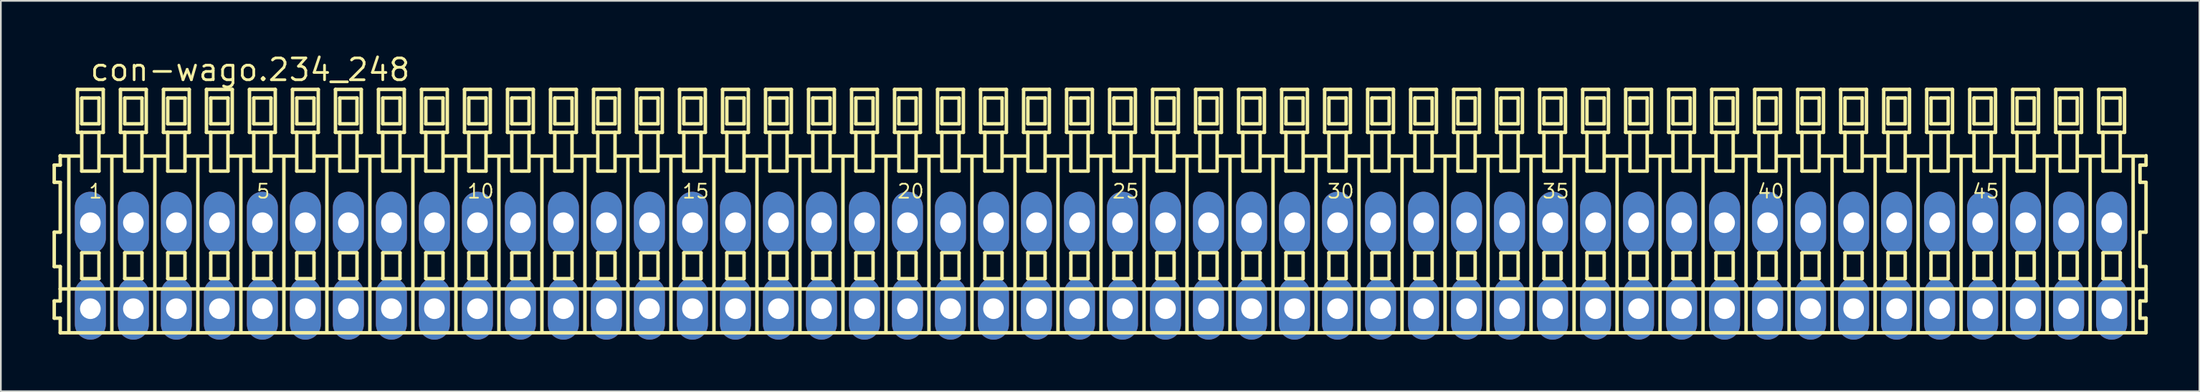
<source format=kicad_pcb>
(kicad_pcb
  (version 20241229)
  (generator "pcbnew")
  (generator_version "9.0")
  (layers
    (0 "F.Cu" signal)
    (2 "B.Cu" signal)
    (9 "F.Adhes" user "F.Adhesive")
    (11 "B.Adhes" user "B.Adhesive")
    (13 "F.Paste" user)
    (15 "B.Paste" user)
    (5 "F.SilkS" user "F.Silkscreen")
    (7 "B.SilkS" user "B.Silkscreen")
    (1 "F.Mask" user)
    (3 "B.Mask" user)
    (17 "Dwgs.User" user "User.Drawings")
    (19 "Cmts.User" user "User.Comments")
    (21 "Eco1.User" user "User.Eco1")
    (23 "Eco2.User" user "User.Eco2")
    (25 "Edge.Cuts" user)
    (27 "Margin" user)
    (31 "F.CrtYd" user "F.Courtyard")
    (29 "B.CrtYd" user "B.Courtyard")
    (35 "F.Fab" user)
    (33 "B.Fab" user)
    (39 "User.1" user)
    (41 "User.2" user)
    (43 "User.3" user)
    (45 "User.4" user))
  (footprint "con-wago.234_248"
    (layer "F.Cu")
    (at 60.952 12.4)
    (property "Reference" "con-wago.234_248" (at -58.85 -10.65 0) (layer "F.SilkS") (effects (font (size 1.27 1.27) (thickness 0.16)) (justify left bottom)))
    (attr through_hole)
    (fp_line (start -60.85 -5.85) (end -60.85 -4.85) (stroke (width 0.203) (type default)) (layer "F.SilkS"))
    (fp_line (start -60.85 -4.85) (end -60.5 -4.85) (stroke (width 0.203) (type default)) (layer "F.SilkS"))
    (fp_line (start -60.85 -1.95) (end -60.85 0.05) (stroke (width 0.203) (type default)) (layer "F.SilkS"))
    (fp_line (start -60.85 0.05) (end -60.5 0.05) (stroke (width 0.203) (type default)) (layer "F.SilkS"))
    (fp_line (start -60.85 2.05) (end -60.85 3.05) (stroke (width 0.203) (type default)) (layer "F.SilkS"))
    (fp_line (start -60.85 3.05) (end -60.5 3.05) (stroke (width 0.203) (type default)) (layer "F.SilkS"))
    (fp_line (start -60.5 -6.4) (end -60.5 -6.375) (stroke (width 0.203) (type default)) (layer "F.SilkS"))
    (fp_line (start -60.5 -6.375) (end -60.5 -5.85) (stroke (width 0.203) (type default)) (layer "F.SilkS"))
    (fp_line (start -60.5 -6.375) (end -59.375 -6.375) (stroke (width 0.203) (type default)) (layer "F.SilkS"))
    (fp_line (start -60.5 -5.85) (end -60.85 -5.85) (stroke (width 0.203) (type default)) (layer "F.SilkS"))
    (fp_line (start -60.5 -4.85) (end -60.5 -1.95) (stroke (width 0.203) (type default)) (layer "F.SilkS"))
    (fp_line (start -60.5 -1.95) (end -60.85 -1.95) (stroke (width 0.203) (type default)) (layer "F.SilkS"))
    (fp_line (start -60.5 0.05) (end -60.5 1.35) (stroke (width 0.203) (type default)) (layer "F.SilkS"))
    (fp_line (start -60.5 1.35) (end -60.5 2.05) (stroke (width 0.203) (type default)) (layer "F.SilkS"))
    (fp_line (start -60.5 1.35) (end 60.75 1.35) (stroke (width 0.203) (type default)) (layer "F.SilkS"))
    (fp_line (start -60.5 2.05) (end -60.85 2.05) (stroke (width 0.203) (type default)) (layer "F.SilkS"))
    (fp_line (start -60.5 3.05) (end -60.5 3.9) (stroke (width 0.203) (type default)) (layer "F.SilkS"))
    (fp_line (start -60.5 3.9) (end 60.75 3.9) (stroke (width 0.203) (type default)) (layer "F.SilkS"))
    (fp_line (start -60 -6.35) (end -60 3.8) (stroke (width 0.203) (type default)) (layer "F.SilkS"))
    (fp_line (start -59.5 -10.25) (end -59.5 -7.75) (stroke (width 0.203) (type default)) (layer "F.SilkS"))
    (fp_line (start -59.5 -7.75) (end -59.25 -7.75) (stroke (width 0.203) (type default)) (layer "F.SilkS"))
    (fp_line (start -59.25 -9.75) (end -59.25 -8.25) (stroke (width 0.203) (type default)) (layer "F.SilkS"))
    (fp_line (start -59.25 -8.25) (end -58.25 -8.25) (stroke (width 0.203) (type default)) (layer "F.SilkS"))
    (fp_line (start -59.25 -7.75) (end -59.25 -5.5) (stroke (width 0.203) (type default)) (layer "F.SilkS"))
    (fp_line (start -59.25 -7.75) (end -58.25 -7.75) (stroke (width 0.203) (type default)) (layer "F.SilkS"))
    (fp_line (start -59.25 -5.5) (end -58.25 -5.5) (stroke (width 0.203) (type default)) (layer "F.SilkS"))
    (fp_line (start -59.25 -0.75) (end -59.25 0.75) (stroke (width 0.203) (type default)) (layer "F.SilkS"))
    (fp_line (start -59.25 0.75) (end -58.25 0.75) (stroke (width 0.203) (type default)) (layer "F.SilkS"))
    (fp_line (start -58.25 -9.75) (end -59.25 -9.75) (stroke (width 0.203) (type default)) (layer "F.SilkS"))
    (fp_line (start -58.25 -8.25) (end -58.25 -9.75) (stroke (width 0.203) (type default)) (layer "F.SilkS"))
    (fp_line (start -58.25 -7.75) (end -58 -7.75) (stroke (width 0.203) (type default)) (layer "F.SilkS"))
    (fp_line (start -58.25 -5.5) (end -58.25 -7.75) (stroke (width 0.203) (type default)) (layer "F.SilkS"))
    (fp_line (start -58.25 -0.75) (end -59.25 -0.75) (stroke (width 0.203) (type default)) (layer "F.SilkS"))
    (fp_line (start -58.25 0.75) (end -58.25 -0.75) (stroke (width 0.203) (type default)) (layer "F.SilkS"))
    (fp_line (start -58.125 -6.375) (end -56.875 -6.375) (stroke (width 0.203) (type default)) (layer "F.SilkS"))
    (fp_line (start -58 -10.25) (end -59.5 -10.25) (stroke (width 0.203) (type default)) (layer "F.SilkS"))
    (fp_line (start -58 -7.75) (end -58 -10.25) (stroke (width 0.203) (type default)) (layer "F.SilkS"))
    (fp_line (start -57.5 -6.35) (end -57.5 3.8) (stroke (width 0.203) (type default)) (layer "F.SilkS"))
    (fp_line (start -57 -10.25) (end -57 -7.75) (stroke (width 0.203) (type default)) (layer "F.SilkS"))
    (fp_line (start -57 -7.75) (end -56.75 -7.75) (stroke (width 0.203) (type default)) (layer "F.SilkS"))
    (fp_line (start -56.75 -9.75) (end -56.75 -8.25) (stroke (width 0.203) (type default)) (layer "F.SilkS"))
    (fp_line (start -56.75 -8.25) (end -55.75 -8.25) (stroke (width 0.203) (type default)) (layer "F.SilkS"))
    (fp_line (start -56.75 -7.75) (end -56.75 -5.5) (stroke (width 0.203) (type default)) (layer "F.SilkS"))
    (fp_line (start -56.75 -7.75) (end -55.75 -7.75) (stroke (width 0.203) (type default)) (layer "F.SilkS"))
    (fp_line (start -56.75 -5.5) (end -55.75 -5.5) (stroke (width 0.203) (type default)) (layer "F.SilkS"))
    (fp_line (start -56.75 -0.75) (end -56.75 0.75) (stroke (width 0.203) (type default)) (layer "F.SilkS"))
    (fp_line (start -56.75 0.75) (end -55.75 0.75) (stroke (width 0.203) (type default)) (layer "F.SilkS"))
    (fp_line (start -55.75 -9.75) (end -56.75 -9.75) (stroke (width 0.203) (type default)) (layer "F.SilkS"))
    (fp_line (start -55.75 -8.25) (end -55.75 -9.75) (stroke (width 0.203) (type default)) (layer "F.SilkS"))
    (fp_line (start -55.75 -7.75) (end -55.5 -7.75) (stroke (width 0.203) (type default)) (layer "F.SilkS"))
    (fp_line (start -55.75 -5.5) (end -55.75 -7.75) (stroke (width 0.203) (type default)) (layer "F.SilkS"))
    (fp_line (start -55.75 -0.75) (end -56.75 -0.75) (stroke (width 0.203) (type default)) (layer "F.SilkS"))
    (fp_line (start -55.75 0.75) (end -55.75 -0.75) (stroke (width 0.203) (type default)) (layer "F.SilkS"))
    (fp_line (start -55.625 -6.375) (end -54.375 -6.375) (stroke (width 0.203) (type default)) (layer "F.SilkS"))
    (fp_line (start -55.5 -10.25) (end -57 -10.25) (stroke (width 0.203) (type default)) (layer "F.SilkS"))
    (fp_line (start -55.5 -7.75) (end -55.5 -10.25) (stroke (width 0.203) (type default)) (layer "F.SilkS"))
    (fp_line (start -55 -6.35) (end -55 3.8) (stroke (width 0.203) (type default)) (layer "F.SilkS"))
    (fp_line (start -54.5 -10.25) (end -54.5 -7.75) (stroke (width 0.203) (type default)) (layer "F.SilkS"))
    (fp_line (start -54.5 -7.75) (end -54.25 -7.75) (stroke (width 0.203) (type default)) (layer "F.SilkS"))
    (fp_line (start -54.25 -9.75) (end -54.25 -8.25) (stroke (width 0.203) (type default)) (layer "F.SilkS"))
    (fp_line (start -54.25 -8.25) (end -53.25 -8.25) (stroke (width 0.203) (type default)) (layer "F.SilkS"))
    (fp_line (start -54.25 -7.75) (end -54.25 -5.5) (stroke (width 0.203) (type default)) (layer "F.SilkS"))
    (fp_line (start -54.25 -7.75) (end -53.25 -7.75) (stroke (width 0.203) (type default)) (layer "F.SilkS"))
    (fp_line (start -54.25 -5.5) (end -53.25 -5.5) (stroke (width 0.203) (type default)) (layer "F.SilkS"))
    (fp_line (start -54.25 -0.75) (end -54.25 0.75) (stroke (width 0.203) (type default)) (layer "F.SilkS"))
    (fp_line (start -54.25 0.75) (end -53.25 0.75) (stroke (width 0.203) (type default)) (layer "F.SilkS"))
    (fp_line (start -53.25 -9.75) (end -54.25 -9.75) (stroke (width 0.203) (type default)) (layer "F.SilkS"))
    (fp_line (start -53.25 -8.25) (end -53.25 -9.75) (stroke (width 0.203) (type default)) (layer "F.SilkS"))
    (fp_line (start -53.25 -7.75) (end -53 -7.75) (stroke (width 0.203) (type default)) (layer "F.SilkS"))
    (fp_line (start -53.25 -5.5) (end -53.25 -7.75) (stroke (width 0.203) (type default)) (layer "F.SilkS"))
    (fp_line (start -53.25 -0.75) (end -54.25 -0.75) (stroke (width 0.203) (type default)) (layer "F.SilkS"))
    (fp_line (start -53.25 0.75) (end -53.25 -0.75) (stroke (width 0.203) (type default)) (layer "F.SilkS"))
    (fp_line (start -53.125 -6.375) (end -51.875 -6.375) (stroke (width 0.203) (type default)) (layer "F.SilkS"))
    (fp_line (start -53 -10.25) (end -54.5 -10.25) (stroke (width 0.203) (type default)) (layer "F.SilkS"))
    (fp_line (start -53 -7.75) (end -53 -10.25) (stroke (width 0.203) (type default)) (layer "F.SilkS"))
    (fp_line (start -52.5 -6.35) (end -52.5 3.8) (stroke (width 0.203) (type default)) (layer "F.SilkS"))
    (fp_line (start -52 -10.25) (end -52 -7.75) (stroke (width 0.203) (type default)) (layer "F.SilkS"))
    (fp_line (start -52 -7.75) (end -51.75 -7.75) (stroke (width 0.203) (type default)) (layer "F.SilkS"))
    (fp_line (start -51.75 -9.75) (end -51.75 -8.25) (stroke (width 0.203) (type default)) (layer "F.SilkS"))
    (fp_line (start -51.75 -8.25) (end -50.75 -8.25) (stroke (width 0.203) (type default)) (layer "F.SilkS"))
    (fp_line (start -51.75 -7.75) (end -51.75 -5.5) (stroke (width 0.203) (type default)) (layer "F.SilkS"))
    (fp_line (start -51.75 -7.75) (end -50.75 -7.75) (stroke (width 0.203) (type default)) (layer "F.SilkS"))
    (fp_line (start -51.75 -5.5) (end -50.75 -5.5) (stroke (width 0.203) (type default)) (layer "F.SilkS"))
    (fp_line (start -51.75 -0.75) (end -51.75 0.75) (stroke (width 0.203) (type default)) (layer "F.SilkS"))
    (fp_line (start -51.75 0.75) (end -50.75 0.75) (stroke (width 0.203) (type default)) (layer "F.SilkS"))
    (fp_line (start -50.75 -9.75) (end -51.75 -9.75) (stroke (width 0.203) (type default)) (layer "F.SilkS"))
    (fp_line (start -50.75 -8.25) (end -50.75 -9.75) (stroke (width 0.203) (type default)) (layer "F.SilkS"))
    (fp_line (start -50.75 -7.75) (end -50.5 -7.75) (stroke (width 0.203) (type default)) (layer "F.SilkS"))
    (fp_line (start -50.75 -5.5) (end -50.75 -7.75) (stroke (width 0.203) (type default)) (layer "F.SilkS"))
    (fp_line (start -50.75 -0.75) (end -51.75 -0.75) (stroke (width 0.203) (type default)) (layer "F.SilkS"))
    (fp_line (start -50.75 0.75) (end -50.75 -0.75) (stroke (width 0.203) (type default)) (layer "F.SilkS"))
    (fp_line (start -50.625 -6.375) (end -49.375 -6.375) (stroke (width 0.203) (type default)) (layer "F.SilkS"))
    (fp_line (start -50.5 -10.25) (end -52 -10.25) (stroke (width 0.203) (type default)) (layer "F.SilkS"))
    (fp_line (start -50.5 -7.75) (end -50.5 -10.25) (stroke (width 0.203) (type default)) (layer "F.SilkS"))
    (fp_line (start -50 -6.35) (end -50 3.8) (stroke (width 0.203) (type default)) (layer "F.SilkS"))
    (fp_line (start -49.5 -10.25) (end -49.5 -7.75) (stroke (width 0.203) (type default)) (layer "F.SilkS"))
    (fp_line (start -49.5 -7.75) (end -49.25 -7.75) (stroke (width 0.203) (type default)) (layer "F.SilkS"))
    (fp_line (start -49.25 -9.75) (end -49.25 -8.25) (stroke (width 0.203) (type default)) (layer "F.SilkS"))
    (fp_line (start -49.25 -8.25) (end -48.25 -8.25) (stroke (width 0.203) (type default)) (layer "F.SilkS"))
    (fp_line (start -49.25 -7.75) (end -49.25 -5.5) (stroke (width 0.203) (type default)) (layer "F.SilkS"))
    (fp_line (start -49.25 -7.75) (end -48.25 -7.75) (stroke (width 0.203) (type default)) (layer "F.SilkS"))
    (fp_line (start -49.25 -5.5) (end -48.25 -5.5) (stroke (width 0.203) (type default)) (layer "F.SilkS"))
    (fp_line (start -49.25 -0.75) (end -49.25 0.75) (stroke (width 0.203) (type default)) (layer "F.SilkS"))
    (fp_line (start -49.25 0.75) (end -48.25 0.75) (stroke (width 0.203) (type default)) (layer "F.SilkS"))
    (fp_line (start -48.25 -9.75) (end -49.25 -9.75) (stroke (width 0.203) (type default)) (layer "F.SilkS"))
    (fp_line (start -48.25 -8.25) (end -48.25 -9.75) (stroke (width 0.203) (type default)) (layer "F.SilkS"))
    (fp_line (start -48.25 -7.75) (end -48 -7.75) (stroke (width 0.203) (type default)) (layer "F.SilkS"))
    (fp_line (start -48.25 -5.5) (end -48.25 -7.75) (stroke (width 0.203) (type default)) (layer "F.SilkS"))
    (fp_line (start -48.25 -0.75) (end -49.25 -0.75) (stroke (width 0.203) (type default)) (layer "F.SilkS"))
    (fp_line (start -48.25 0.75) (end -48.25 -0.75) (stroke (width 0.203) (type default)) (layer "F.SilkS"))
    (fp_line (start -48.125 -6.375) (end -46.875 -6.375) (stroke (width 0.203) (type default)) (layer "F.SilkS"))
    (fp_line (start -48 -10.25) (end -49.5 -10.25) (stroke (width 0.203) (type default)) (layer "F.SilkS"))
    (fp_line (start -48 -7.75) (end -48 -10.25) (stroke (width 0.203) (type default)) (layer "F.SilkS"))
    (fp_line (start -47.5 -6.35) (end -47.5 3.8) (stroke (width 0.203) (type default)) (layer "F.SilkS"))
    (fp_line (start -47 -10.25) (end -47 -7.75) (stroke (width 0.203) (type default)) (layer "F.SilkS"))
    (fp_line (start -47 -7.75) (end -46.75 -7.75) (stroke (width 0.203) (type default)) (layer "F.SilkS"))
    (fp_line (start -46.75 -9.75) (end -46.75 -8.25) (stroke (width 0.203) (type default)) (layer "F.SilkS"))
    (fp_line (start -46.75 -8.25) (end -45.75 -8.25) (stroke (width 0.203) (type default)) (layer "F.SilkS"))
    (fp_line (start -46.75 -7.75) (end -46.75 -5.5) (stroke (width 0.203) (type default)) (layer "F.SilkS"))
    (fp_line (start -46.75 -7.75) (end -45.75 -7.75) (stroke (width 0.203) (type default)) (layer "F.SilkS"))
    (fp_line (start -46.75 -5.5) (end -45.75 -5.5) (stroke (width 0.203) (type default)) (layer "F.SilkS"))
    (fp_line (start -46.75 -0.75) (end -46.75 0.75) (stroke (width 0.203) (type default)) (layer "F.SilkS"))
    (fp_line (start -46.75 0.75) (end -45.75 0.75) (stroke (width 0.203) (type default)) (layer "F.SilkS"))
    (fp_line (start -45.75 -9.75) (end -46.75 -9.75) (stroke (width 0.203) (type default)) (layer "F.SilkS"))
    (fp_line (start -45.75 -8.25) (end -45.75 -9.75) (stroke (width 0.203) (type default)) (layer "F.SilkS"))
    (fp_line (start -45.75 -7.75) (end -45.5 -7.75) (stroke (width 0.203) (type default)) (layer "F.SilkS"))
    (fp_line (start -45.75 -5.5) (end -45.75 -7.75) (stroke (width 0.203) (type default)) (layer "F.SilkS"))
    (fp_line (start -45.75 -0.75) (end -46.75 -0.75) (stroke (width 0.203) (type default)) (layer "F.SilkS"))
    (fp_line (start -45.75 0.75) (end -45.75 -0.75) (stroke (width 0.203) (type default)) (layer "F.SilkS"))
    (fp_line (start -45.625 -6.375) (end -44.375 -6.375) (stroke (width 0.203) (type default)) (layer "F.SilkS"))
    (fp_line (start -45.5 -10.25) (end -47 -10.25) (stroke (width 0.203) (type default)) (layer "F.SilkS"))
    (fp_line (start -45.5 -7.75) (end -45.5 -10.25) (stroke (width 0.203) (type default)) (layer "F.SilkS"))
    (fp_line (start -45 -6.35) (end -45 3.8) (stroke (width 0.203) (type default)) (layer "F.SilkS"))
    (fp_line (start -44.5 -10.25) (end -44.5 -7.75) (stroke (width 0.203) (type default)) (layer "F.SilkS"))
    (fp_line (start -44.5 -7.75) (end -44.25 -7.75) (stroke (width 0.203) (type default)) (layer "F.SilkS"))
    (fp_line (start -44.25 -9.75) (end -44.25 -8.25) (stroke (width 0.203) (type default)) (layer "F.SilkS"))
    (fp_line (start -44.25 -8.25) (end -43.25 -8.25) (stroke (width 0.203) (type default)) (layer "F.SilkS"))
    (fp_line (start -44.25 -7.75) (end -44.25 -5.5) (stroke (width 0.203) (type default)) (layer "F.SilkS"))
    (fp_line (start -44.25 -7.75) (end -43.25 -7.75) (stroke (width 0.203) (type default)) (layer "F.SilkS"))
    (fp_line (start -44.25 -5.5) (end -43.25 -5.5) (stroke (width 0.203) (type default)) (layer "F.SilkS"))
    (fp_line (start -44.25 -0.75) (end -44.25 0.75) (stroke (width 0.203) (type default)) (layer "F.SilkS"))
    (fp_line (start -44.25 0.75) (end -43.25 0.75) (stroke (width 0.203) (type default)) (layer "F.SilkS"))
    (fp_line (start -43.25 -9.75) (end -44.25 -9.75) (stroke (width 0.203) (type default)) (layer "F.SilkS"))
    (fp_line (start -43.25 -8.25) (end -43.25 -9.75) (stroke (width 0.203) (type default)) (layer "F.SilkS"))
    (fp_line (start -43.25 -7.75) (end -43 -7.75) (stroke (width 0.203) (type default)) (layer "F.SilkS"))
    (fp_line (start -43.25 -5.5) (end -43.25 -7.75) (stroke (width 0.203) (type default)) (layer "F.SilkS"))
    (fp_line (start -43.25 -0.75) (end -44.25 -0.75) (stroke (width 0.203) (type default)) (layer "F.SilkS"))
    (fp_line (start -43.25 0.75) (end -43.25 -0.75) (stroke (width 0.203) (type default)) (layer "F.SilkS"))
    (fp_line (start -43.125 -6.375) (end -41.875 -6.375) (stroke (width 0.203) (type default)) (layer "F.SilkS"))
    (fp_line (start -43 -10.25) (end -44.5 -10.25) (stroke (width 0.203) (type default)) (layer "F.SilkS"))
    (fp_line (start -43 -7.75) (end -43 -10.25) (stroke (width 0.203) (type default)) (layer "F.SilkS"))
    (fp_line (start -42.5 -6.35) (end -42.5 3.8) (stroke (width 0.203) (type default)) (layer "F.SilkS"))
    (fp_line (start -42 -10.25) (end -42 -7.75) (stroke (width 0.203) (type default)) (layer "F.SilkS"))
    (fp_line (start -42 -7.75) (end -41.75 -7.75) (stroke (width 0.203) (type default)) (layer "F.SilkS"))
    (fp_line (start -41.75 -9.75) (end -41.75 -8.25) (stroke (width 0.203) (type default)) (layer "F.SilkS"))
    (fp_line (start -41.75 -8.25) (end -40.75 -8.25) (stroke (width 0.203) (type default)) (layer "F.SilkS"))
    (fp_line (start -41.75 -7.75) (end -41.75 -5.5) (stroke (width 0.203) (type default)) (layer "F.SilkS"))
    (fp_line (start -41.75 -7.75) (end -40.75 -7.75) (stroke (width 0.203) (type default)) (layer "F.SilkS"))
    (fp_line (start -41.75 -5.5) (end -40.75 -5.5) (stroke (width 0.203) (type default)) (layer "F.SilkS"))
    (fp_line (start -41.75 -0.75) (end -41.75 0.75) (stroke (width 0.203) (type default)) (layer "F.SilkS"))
    (fp_line (start -41.75 0.75) (end -40.75 0.75) (stroke (width 0.203) (type default)) (layer "F.SilkS"))
    (fp_line (start -40.75 -9.75) (end -41.75 -9.75) (stroke (width 0.203) (type default)) (layer "F.SilkS"))
    (fp_line (start -40.75 -8.25) (end -40.75 -9.75) (stroke (width 0.203) (type default)) (layer "F.SilkS"))
    (fp_line (start -40.75 -7.75) (end -40.5 -7.75) (stroke (width 0.203) (type default)) (layer "F.SilkS"))
    (fp_line (start -40.75 -5.5) (end -40.75 -7.75) (stroke (width 0.203) (type default)) (layer "F.SilkS"))
    (fp_line (start -40.75 -0.75) (end -41.75 -0.75) (stroke (width 0.203) (type default)) (layer "F.SilkS"))
    (fp_line (start -40.75 0.75) (end -40.75 -0.75) (stroke (width 0.203) (type default)) (layer "F.SilkS"))
    (fp_line (start -40.625 -6.375) (end -39.375 -6.375) (stroke (width 0.203) (type default)) (layer "F.SilkS"))
    (fp_line (start -40.5 -10.25) (end -42 -10.25) (stroke (width 0.203) (type default)) (layer "F.SilkS"))
    (fp_line (start -40.5 -7.75) (end -40.5 -10.25) (stroke (width 0.203) (type default)) (layer "F.SilkS"))
    (fp_line (start -40 -6.35) (end -40 3.8) (stroke (width 0.203) (type default)) (layer "F.SilkS"))
    (fp_line (start -39.5 -10.25) (end -39.5 -7.75) (stroke (width 0.203) (type default)) (layer "F.SilkS"))
    (fp_line (start -39.5 -7.75) (end -39.25 -7.75) (stroke (width 0.203) (type default)) (layer "F.SilkS"))
    (fp_line (start -39.25 -9.75) (end -39.25 -8.25) (stroke (width 0.203) (type default)) (layer "F.SilkS"))
    (fp_line (start -39.25 -8.25) (end -38.25 -8.25) (stroke (width 0.203) (type default)) (layer "F.SilkS"))
    (fp_line (start -39.25 -7.75) (end -39.25 -5.5) (stroke (width 0.203) (type default)) (layer "F.SilkS"))
    (fp_line (start -39.25 -7.75) (end -38.25 -7.75) (stroke (width 0.203) (type default)) (layer "F.SilkS"))
    (fp_line (start -39.25 -5.5) (end -38.25 -5.5) (stroke (width 0.203) (type default)) (layer "F.SilkS"))
    (fp_line (start -39.25 -0.75) (end -39.25 0.75) (stroke (width 0.203) (type default)) (layer "F.SilkS"))
    (fp_line (start -39.25 0.75) (end -38.25 0.75) (stroke (width 0.203) (type default)) (layer "F.SilkS"))
    (fp_line (start -38.25 -9.75) (end -39.25 -9.75) (stroke (width 0.203) (type default)) (layer "F.SilkS"))
    (fp_line (start -38.25 -8.25) (end -38.25 -9.75) (stroke (width 0.203) (type default)) (layer "F.SilkS"))
    (fp_line (start -38.25 -7.75) (end -38 -7.75) (stroke (width 0.203) (type default)) (layer "F.SilkS"))
    (fp_line (start -38.25 -5.5) (end -38.25 -7.75) (stroke (width 0.203) (type default)) (layer "F.SilkS"))
    (fp_line (start -38.25 -0.75) (end -39.25 -0.75) (stroke (width 0.203) (type default)) (layer "F.SilkS"))
    (fp_line (start -38.25 0.75) (end -38.25 -0.75) (stroke (width 0.203) (type default)) (layer "F.SilkS"))
    (fp_line (start -38.125 -6.375) (end -36.875 -6.375) (stroke (width 0.203) (type default)) (layer "F.SilkS"))
    (fp_line (start -38 -10.25) (end -39.5 -10.25) (stroke (width 0.203) (type default)) (layer "F.SilkS"))
    (fp_line (start -38 -7.75) (end -38 -10.25) (stroke (width 0.203) (type default)) (layer "F.SilkS"))
    (fp_line (start -37.5 -6.35) (end -37.5 3.8) (stroke (width 0.203) (type default)) (layer "F.SilkS"))
    (fp_line (start -37 -10.25) (end -37 -7.75) (stroke (width 0.203) (type default)) (layer "F.SilkS"))
    (fp_line (start -37 -7.75) (end -36.75 -7.75) (stroke (width 0.203) (type default)) (layer "F.SilkS"))
    (fp_line (start -36.75 -9.75) (end -36.75 -8.25) (stroke (width 0.203) (type default)) (layer "F.SilkS"))
    (fp_line (start -36.75 -8.25) (end -35.75 -8.25) (stroke (width 0.203) (type default)) (layer "F.SilkS"))
    (fp_line (start -36.75 -7.75) (end -36.75 -5.5) (stroke (width 0.203) (type default)) (layer "F.SilkS"))
    (fp_line (start -36.75 -7.75) (end -35.75 -7.75) (stroke (width 0.203) (type default)) (layer "F.SilkS"))
    (fp_line (start -36.75 -5.5) (end -35.75 -5.5) (stroke (width 0.203) (type default)) (layer "F.SilkS"))
    (fp_line (start -36.75 -0.75) (end -36.75 0.75) (stroke (width 0.203) (type default)) (layer "F.SilkS"))
    (fp_line (start -36.75 0.75) (end -35.75 0.75) (stroke (width 0.203) (type default)) (layer "F.SilkS"))
    (fp_line (start -35.75 -9.75) (end -36.75 -9.75) (stroke (width 0.203) (type default)) (layer "F.SilkS"))
    (fp_line (start -35.75 -8.25) (end -35.75 -9.75) (stroke (width 0.203) (type default)) (layer "F.SilkS"))
    (fp_line (start -35.75 -7.75) (end -35.5 -7.75) (stroke (width 0.203) (type default)) (layer "F.SilkS"))
    (fp_line (start -35.75 -5.5) (end -35.75 -7.75) (stroke (width 0.203) (type default)) (layer "F.SilkS"))
    (fp_line (start -35.75 -0.75) (end -36.75 -0.75) (stroke (width 0.203) (type default)) (layer "F.SilkS"))
    (fp_line (start -35.75 0.75) (end -35.75 -0.75) (stroke (width 0.203) (type default)) (layer "F.SilkS"))
    (fp_line (start -35.625 -6.375) (end -34.375 -6.375) (stroke (width 0.203) (type default)) (layer "F.SilkS"))
    (fp_line (start -35.5 -10.25) (end -37 -10.25) (stroke (width 0.203) (type default)) (layer "F.SilkS"))
    (fp_line (start -35.5 -7.75) (end -35.5 -10.25) (stroke (width 0.203) (type default)) (layer "F.SilkS"))
    (fp_line (start -35 -6.35) (end -35 3.8) (stroke (width 0.203) (type default)) (layer "F.SilkS"))
    (fp_line (start -34.5 -10.25) (end -34.5 -7.75) (stroke (width 0.203) (type default)) (layer "F.SilkS"))
    (fp_line (start -34.5 -7.75) (end -34.25 -7.75) (stroke (width 0.203) (type default)) (layer "F.SilkS"))
    (fp_line (start -34.25 -9.75) (end -34.25 -8.25) (stroke (width 0.203) (type default)) (layer "F.SilkS"))
    (fp_line (start -34.25 -8.25) (end -33.25 -8.25) (stroke (width 0.203) (type default)) (layer "F.SilkS"))
    (fp_line (start -34.25 -7.75) (end -34.25 -5.5) (stroke (width 0.203) (type default)) (layer "F.SilkS"))
    (fp_line (start -34.25 -7.75) (end -33.25 -7.75) (stroke (width 0.203) (type default)) (layer "F.SilkS"))
    (fp_line (start -34.25 -5.5) (end -33.25 -5.5) (stroke (width 0.203) (type default)) (layer "F.SilkS"))
    (fp_line (start -34.25 -0.75) (end -34.25 0.75) (stroke (width 0.203) (type default)) (layer "F.SilkS"))
    (fp_line (start -34.25 0.75) (end -33.25 0.75) (stroke (width 0.203) (type default)) (layer "F.SilkS"))
    (fp_line (start -33.25 -9.75) (end -34.25 -9.75) (stroke (width 0.203) (type default)) (layer "F.SilkS"))
    (fp_line (start -33.25 -8.25) (end -33.25 -9.75) (stroke (width 0.203) (type default)) (layer "F.SilkS"))
    (fp_line (start -33.25 -7.75) (end -33 -7.75) (stroke (width 0.203) (type default)) (layer "F.SilkS"))
    (fp_line (start -33.25 -5.5) (end -33.25 -7.75) (stroke (width 0.203) (type default)) (layer "F.SilkS"))
    (fp_line (start -33.25 -0.75) (end -34.25 -0.75) (stroke (width 0.203) (type default)) (layer "F.SilkS"))
    (fp_line (start -33.25 0.75) (end -33.25 -0.75) (stroke (width 0.203) (type default)) (layer "F.SilkS"))
    (fp_line (start -33.125 -6.375) (end -31.875 -6.375) (stroke (width 0.203) (type default)) (layer "F.SilkS"))
    (fp_line (start -33 -10.25) (end -34.5 -10.25) (stroke (width 0.203) (type default)) (layer "F.SilkS"))
    (fp_line (start -33 -7.75) (end -33 -10.25) (stroke (width 0.203) (type default)) (layer "F.SilkS"))
    (fp_line (start -32.5 -6.35) (end -32.5 3.8) (stroke (width 0.203) (type default)) (layer "F.SilkS"))
    (fp_line (start -32 -10.25) (end -32 -7.75) (stroke (width 0.203) (type default)) (layer "F.SilkS"))
    (fp_line (start -32 -7.75) (end -31.75 -7.75) (stroke (width 0.203) (type default)) (layer "F.SilkS"))
    (fp_line (start -31.75 -9.75) (end -31.75 -8.25) (stroke (width 0.203) (type default)) (layer "F.SilkS"))
    (fp_line (start -31.75 -8.25) (end -30.75 -8.25) (stroke (width 0.203) (type default)) (layer "F.SilkS"))
    (fp_line (start -31.75 -7.75) (end -31.75 -5.5) (stroke (width 0.203) (type default)) (layer "F.SilkS"))
    (fp_line (start -31.75 -7.75) (end -30.75 -7.75) (stroke (width 0.203) (type default)) (layer "F.SilkS"))
    (fp_line (start -31.75 -5.5) (end -30.75 -5.5) (stroke (width 0.203) (type default)) (layer "F.SilkS"))
    (fp_line (start -31.75 -0.75) (end -31.75 0.75) (stroke (width 0.203) (type default)) (layer "F.SilkS"))
    (fp_line (start -31.75 0.75) (end -30.75 0.75) (stroke (width 0.203) (type default)) (layer "F.SilkS"))
    (fp_line (start -30.75 -9.75) (end -31.75 -9.75) (stroke (width 0.203) (type default)) (layer "F.SilkS"))
    (fp_line (start -30.75 -8.25) (end -30.75 -9.75) (stroke (width 0.203) (type default)) (layer "F.SilkS"))
    (fp_line (start -30.75 -7.75) (end -30.5 -7.75) (stroke (width 0.203) (type default)) (layer "F.SilkS"))
    (fp_line (start -30.75 -5.5) (end -30.75 -7.75) (stroke (width 0.203) (type default)) (layer "F.SilkS"))
    (fp_line (start -30.75 -0.75) (end -31.75 -0.75) (stroke (width 0.203) (type default)) (layer "F.SilkS"))
    (fp_line (start -30.75 0.75) (end -30.75 -0.75) (stroke (width 0.203) (type default)) (layer "F.SilkS"))
    (fp_line (start -30.625 -6.375) (end -29.375 -6.375) (stroke (width 0.203) (type default)) (layer "F.SilkS"))
    (fp_line (start -30.5 -10.25) (end -32 -10.25) (stroke (width 0.203) (type default)) (layer "F.SilkS"))
    (fp_line (start -30.5 -7.75) (end -30.5 -10.25) (stroke (width 0.203) (type default)) (layer "F.SilkS"))
    (fp_line (start -30 -6.35) (end -30 3.8) (stroke (width 0.203) (type default)) (layer "F.SilkS"))
    (fp_line (start -29.5 -10.25) (end -29.5 -7.75) (stroke (width 0.203) (type default)) (layer "F.SilkS"))
    (fp_line (start -29.5 -7.75) (end -29.25 -7.75) (stroke (width 0.203) (type default)) (layer "F.SilkS"))
    (fp_line (start -29.25 -9.75) (end -29.25 -8.25) (stroke (width 0.203) (type default)) (layer "F.SilkS"))
    (fp_line (start -29.25 -8.25) (end -28.25 -8.25) (stroke (width 0.203) (type default)) (layer "F.SilkS"))
    (fp_line (start -29.25 -7.75) (end -29.25 -5.5) (stroke (width 0.203) (type default)) (layer "F.SilkS"))
    (fp_line (start -29.25 -7.75) (end -28.25 -7.75) (stroke (width 0.203) (type default)) (layer "F.SilkS"))
    (fp_line (start -29.25 -5.5) (end -28.25 -5.5) (stroke (width 0.203) (type default)) (layer "F.SilkS"))
    (fp_line (start -29.25 -0.75) (end -29.25 0.75) (stroke (width 0.203) (type default)) (layer "F.SilkS"))
    (fp_line (start -29.25 0.75) (end -28.25 0.75) (stroke (width 0.203) (type default)) (layer "F.SilkS"))
    (fp_line (start -28.25 -9.75) (end -29.25 -9.75) (stroke (width 0.203) (type default)) (layer "F.SilkS"))
    (fp_line (start -28.25 -8.25) (end -28.25 -9.75) (stroke (width 0.203) (type default)) (layer "F.SilkS"))
    (fp_line (start -28.25 -7.75) (end -28 -7.75) (stroke (width 0.203) (type default)) (layer "F.SilkS"))
    (fp_line (start -28.25 -5.5) (end -28.25 -7.75) (stroke (width 0.203) (type default)) (layer "F.SilkS"))
    (fp_line (start -28.25 -0.75) (end -29.25 -0.75) (stroke (width 0.203) (type default)) (layer "F.SilkS"))
    (fp_line (start -28.25 0.75) (end -28.25 -0.75) (stroke (width 0.203) (type default)) (layer "F.SilkS"))
    (fp_line (start -28.125 -6.375) (end -26.875 -6.375) (stroke (width 0.203) (type default)) (layer "F.SilkS"))
    (fp_line (start -28 -10.25) (end -29.5 -10.25) (stroke (width 0.203) (type default)) (layer "F.SilkS"))
    (fp_line (start -28 -7.75) (end -28 -10.25) (stroke (width 0.203) (type default)) (layer "F.SilkS"))
    (fp_line (start -27.5 -6.35) (end -27.5 3.8) (stroke (width 0.203) (type default)) (layer "F.SilkS"))
    (fp_line (start -27 -10.25) (end -27 -7.75) (stroke (width 0.203) (type default)) (layer "F.SilkS"))
    (fp_line (start -27 -7.75) (end -26.75 -7.75) (stroke (width 0.203) (type default)) (layer "F.SilkS"))
    (fp_line (start -26.75 -9.75) (end -26.75 -8.25) (stroke (width 0.203) (type default)) (layer "F.SilkS"))
    (fp_line (start -26.75 -8.25) (end -25.75 -8.25) (stroke (width 0.203) (type default)) (layer "F.SilkS"))
    (fp_line (start -26.75 -7.75) (end -26.75 -5.5) (stroke (width 0.203) (type default)) (layer "F.SilkS"))
    (fp_line (start -26.75 -7.75) (end -25.75 -7.75) (stroke (width 0.203) (type default)) (layer "F.SilkS"))
    (fp_line (start -26.75 -5.5) (end -25.75 -5.5) (stroke (width 0.203) (type default)) (layer "F.SilkS"))
    (fp_line (start -26.75 -0.75) (end -26.75 0.75) (stroke (width 0.203) (type default)) (layer "F.SilkS"))
    (fp_line (start -26.75 0.75) (end -25.75 0.75) (stroke (width 0.203) (type default)) (layer "F.SilkS"))
    (fp_line (start -25.75 -9.75) (end -26.75 -9.75) (stroke (width 0.203) (type default)) (layer "F.SilkS"))
    (fp_line (start -25.75 -8.25) (end -25.75 -9.75) (stroke (width 0.203) (type default)) (layer "F.SilkS"))
    (fp_line (start -25.75 -7.75) (end -25.5 -7.75) (stroke (width 0.203) (type default)) (layer "F.SilkS"))
    (fp_line (start -25.75 -5.5) (end -25.75 -7.75) (stroke (width 0.203) (type default)) (layer "F.SilkS"))
    (fp_line (start -25.75 -0.75) (end -26.75 -0.75) (stroke (width 0.203) (type default)) (layer "F.SilkS"))
    (fp_line (start -25.75 0.75) (end -25.75 -0.75) (stroke (width 0.203) (type default)) (layer "F.SilkS"))
    (fp_line (start -25.625 -6.375) (end -24.375 -6.375) (stroke (width 0.203) (type default)) (layer "F.SilkS"))
    (fp_line (start -25.5 -10.25) (end -27 -10.25) (stroke (width 0.203) (type default)) (layer "F.SilkS"))
    (fp_line (start -25.5 -7.75) (end -25.5 -10.25) (stroke (width 0.203) (type default)) (layer "F.SilkS"))
    (fp_line (start -25 -6.35) (end -25 3.8) (stroke (width 0.203) (type default)) (layer "F.SilkS"))
    (fp_line (start -24.5 -10.25) (end -24.5 -7.75) (stroke (width 0.203) (type default)) (layer "F.SilkS"))
    (fp_line (start -24.5 -7.75) (end -24.25 -7.75) (stroke (width 0.203) (type default)) (layer "F.SilkS"))
    (fp_line (start -24.25 -9.75) (end -24.25 -8.25) (stroke (width 0.203) (type default)) (layer "F.SilkS"))
    (fp_line (start -24.25 -8.25) (end -23.25 -8.25) (stroke (width 0.203) (type default)) (layer "F.SilkS"))
    (fp_line (start -24.25 -7.75) (end -24.25 -5.5) (stroke (width 0.203) (type default)) (layer "F.SilkS"))
    (fp_line (start -24.25 -7.75) (end -23.25 -7.75) (stroke (width 0.203) (type default)) (layer "F.SilkS"))
    (fp_line (start -24.25 -5.5) (end -23.25 -5.5) (stroke (width 0.203) (type default)) (layer "F.SilkS"))
    (fp_line (start -24.25 -0.75) (end -24.25 0.75) (stroke (width 0.203) (type default)) (layer "F.SilkS"))
    (fp_line (start -24.25 0.75) (end -23.25 0.75) (stroke (width 0.203) (type default)) (layer "F.SilkS"))
    (fp_line (start -23.25 -9.75) (end -24.25 -9.75) (stroke (width 0.203) (type default)) (layer "F.SilkS"))
    (fp_line (start -23.25 -8.25) (end -23.25 -9.75) (stroke (width 0.203) (type default)) (layer "F.SilkS"))
    (fp_line (start -23.25 -7.75) (end -23 -7.75) (stroke (width 0.203) (type default)) (layer "F.SilkS"))
    (fp_line (start -23.25 -5.5) (end -23.25 -7.75) (stroke (width 0.203) (type default)) (layer "F.SilkS"))
    (fp_line (start -23.25 -0.75) (end -24.25 -0.75) (stroke (width 0.203) (type default)) (layer "F.SilkS"))
    (fp_line (start -23.25 0.75) (end -23.25 -0.75) (stroke (width 0.203) (type default)) (layer "F.SilkS"))
    (fp_line (start -23.125 -6.375) (end -21.875 -6.375) (stroke (width 0.203) (type default)) (layer "F.SilkS"))
    (fp_line (start -23 -10.25) (end -24.5 -10.25) (stroke (width 0.203) (type default)) (layer "F.SilkS"))
    (fp_line (start -23 -7.75) (end -23 -10.25) (stroke (width 0.203) (type default)) (layer "F.SilkS"))
    (fp_line (start -22.5 -6.35) (end -22.5 3.8) (stroke (width 0.203) (type default)) (layer "F.SilkS"))
    (fp_line (start -22 -10.25) (end -22 -7.75) (stroke (width 0.203) (type default)) (layer "F.SilkS"))
    (fp_line (start -22 -7.75) (end -21.75 -7.75) (stroke (width 0.203) (type default)) (layer "F.SilkS"))
    (fp_line (start -21.75 -9.75) (end -21.75 -8.25) (stroke (width 0.203) (type default)) (layer "F.SilkS"))
    (fp_line (start -21.75 -8.25) (end -20.75 -8.25) (stroke (width 0.203) (type default)) (layer "F.SilkS"))
    (fp_line (start -21.75 -7.75) (end -21.75 -5.5) (stroke (width 0.203) (type default)) (layer "F.SilkS"))
    (fp_line (start -21.75 -7.75) (end -20.75 -7.75) (stroke (width 0.203) (type default)) (layer "F.SilkS"))
    (fp_line (start -21.75 -5.5) (end -20.75 -5.5) (stroke (width 0.203) (type default)) (layer "F.SilkS"))
    (fp_line (start -21.75 -0.75) (end -21.75 0.75) (stroke (width 0.203) (type default)) (layer "F.SilkS"))
    (fp_line (start -21.75 0.75) (end -20.75 0.75) (stroke (width 0.203) (type default)) (layer "F.SilkS"))
    (fp_line (start -20.75 -9.75) (end -21.75 -9.75) (stroke (width 0.203) (type default)) (layer "F.SilkS"))
    (fp_line (start -20.75 -8.25) (end -20.75 -9.75) (stroke (width 0.203) (type default)) (layer "F.SilkS"))
    (fp_line (start -20.75 -7.75) (end -20.5 -7.75) (stroke (width 0.203) (type default)) (layer "F.SilkS"))
    (fp_line (start -20.75 -5.5) (end -20.75 -7.75) (stroke (width 0.203) (type default)) (layer "F.SilkS"))
    (fp_line (start -20.75 -0.75) (end -21.75 -0.75) (stroke (width 0.203) (type default)) (layer "F.SilkS"))
    (fp_line (start -20.75 0.75) (end -20.75 -0.75) (stroke (width 0.203) (type default)) (layer "F.SilkS"))
    (fp_line (start -20.625 -6.375) (end -19.375 -6.375) (stroke (width 0.203) (type default)) (layer "F.SilkS"))
    (fp_line (start -20.5 -10.25) (end -22 -10.25) (stroke (width 0.203) (type default)) (layer "F.SilkS"))
    (fp_line (start -20.5 -7.75) (end -20.5 -10.25) (stroke (width 0.203) (type default)) (layer "F.SilkS"))
    (fp_line (start -20 -6.35) (end -20 3.8) (stroke (width 0.203) (type default)) (layer "F.SilkS"))
    (fp_line (start -19.5 -10.25) (end -19.5 -7.75) (stroke (width 0.203) (type default)) (layer "F.SilkS"))
    (fp_line (start -19.5 -7.75) (end -19.25 -7.75) (stroke (width 0.203) (type default)) (layer "F.SilkS"))
    (fp_line (start -19.25 -9.75) (end -19.25 -8.25) (stroke (width 0.203) (type default)) (layer "F.SilkS"))
    (fp_line (start -19.25 -8.25) (end -18.25 -8.25) (stroke (width 0.203) (type default)) (layer "F.SilkS"))
    (fp_line (start -19.25 -7.75) (end -19.25 -5.5) (stroke (width 0.203) (type default)) (layer "F.SilkS"))
    (fp_line (start -19.25 -7.75) (end -18.25 -7.75) (stroke (width 0.203) (type default)) (layer "F.SilkS"))
    (fp_line (start -19.25 -5.5) (end -18.25 -5.5) (stroke (width 0.203) (type default)) (layer "F.SilkS"))
    (fp_line (start -19.25 -0.75) (end -19.25 0.75) (stroke (width 0.203) (type default)) (layer "F.SilkS"))
    (fp_line (start -19.25 0.75) (end -18.25 0.75) (stroke (width 0.203) (type default)) (layer "F.SilkS"))
    (fp_line (start -18.25 -9.75) (end -19.25 -9.75) (stroke (width 0.203) (type default)) (layer "F.SilkS"))
    (fp_line (start -18.25 -8.25) (end -18.25 -9.75) (stroke (width 0.203) (type default)) (layer "F.SilkS"))
    (fp_line (start -18.25 -7.75) (end -18 -7.75) (stroke (width 0.203) (type default)) (layer "F.SilkS"))
    (fp_line (start -18.25 -5.5) (end -18.25 -7.75) (stroke (width 0.203) (type default)) (layer "F.SilkS"))
    (fp_line (start -18.25 -0.75) (end -19.25 -0.75) (stroke (width 0.203) (type default)) (layer "F.SilkS"))
    (fp_line (start -18.25 0.75) (end -18.25 -0.75) (stroke (width 0.203) (type default)) (layer "F.SilkS"))
    (fp_line (start -18.125 -6.375) (end -16.875 -6.375) (stroke (width 0.203) (type default)) (layer "F.SilkS"))
    (fp_line (start -18 -10.25) (end -19.5 -10.25) (stroke (width 0.203) (type default)) (layer "F.SilkS"))
    (fp_line (start -18 -7.75) (end -18 -10.25) (stroke (width 0.203) (type default)) (layer "F.SilkS"))
    (fp_line (start -17.5 -6.35) (end -17.5 3.8) (stroke (width 0.203) (type default)) (layer "F.SilkS"))
    (fp_line (start -17 -10.25) (end -17 -7.75) (stroke (width 0.203) (type default)) (layer "F.SilkS"))
    (fp_line (start -17 -7.75) (end -16.75 -7.75) (stroke (width 0.203) (type default)) (layer "F.SilkS"))
    (fp_line (start -16.75 -9.75) (end -16.75 -8.25) (stroke (width 0.203) (type default)) (layer "F.SilkS"))
    (fp_line (start -16.75 -8.25) (end -15.75 -8.25) (stroke (width 0.203) (type default)) (layer "F.SilkS"))
    (fp_line (start -16.75 -7.75) (end -16.75 -5.5) (stroke (width 0.203) (type default)) (layer "F.SilkS"))
    (fp_line (start -16.75 -7.75) (end -15.75 -7.75) (stroke (width 0.203) (type default)) (layer "F.SilkS"))
    (fp_line (start -16.75 -5.5) (end -15.75 -5.5) (stroke (width 0.203) (type default)) (layer "F.SilkS"))
    (fp_line (start -16.75 -0.75) (end -16.75 0.75) (stroke (width 0.203) (type default)) (layer "F.SilkS"))
    (fp_line (start -16.75 0.75) (end -15.75 0.75) (stroke (width 0.203) (type default)) (layer "F.SilkS"))
    (fp_line (start -15.75 -9.75) (end -16.75 -9.75) (stroke (width 0.203) (type default)) (layer "F.SilkS"))
    (fp_line (start -15.75 -8.25) (end -15.75 -9.75) (stroke (width 0.203) (type default)) (layer "F.SilkS"))
    (fp_line (start -15.75 -7.75) (end -15.5 -7.75) (stroke (width 0.203) (type default)) (layer "F.SilkS"))
    (fp_line (start -15.75 -5.5) (end -15.75 -7.75) (stroke (width 0.203) (type default)) (layer "F.SilkS"))
    (fp_line (start -15.75 -0.75) (end -16.75 -0.75) (stroke (width 0.203) (type default)) (layer "F.SilkS"))
    (fp_line (start -15.75 0.75) (end -15.75 -0.75) (stroke (width 0.203) (type default)) (layer "F.SilkS"))
    (fp_line (start -15.625 -6.375) (end -14.375 -6.375) (stroke (width 0.203) (type default)) (layer "F.SilkS"))
    (fp_line (start -15.5 -10.25) (end -17 -10.25) (stroke (width 0.203) (type default)) (layer "F.SilkS"))
    (fp_line (start -15.5 -7.75) (end -15.5 -10.25) (stroke (width 0.203) (type default)) (layer "F.SilkS"))
    (fp_line (start -15 -6.35) (end -15 3.8) (stroke (width 0.203) (type default)) (layer "F.SilkS"))
    (fp_line (start -14.5 -10.25) (end -14.5 -7.75) (stroke (width 0.203) (type default)) (layer "F.SilkS"))
    (fp_line (start -14.5 -7.75) (end -14.25 -7.75) (stroke (width 0.203) (type default)) (layer "F.SilkS"))
    (fp_line (start -14.25 -9.75) (end -14.25 -8.25) (stroke (width 0.203) (type default)) (layer "F.SilkS"))
    (fp_line (start -14.25 -8.25) (end -13.25 -8.25) (stroke (width 0.203) (type default)) (layer "F.SilkS"))
    (fp_line (start -14.25 -7.75) (end -14.25 -5.5) (stroke (width 0.203) (type default)) (layer "F.SilkS"))
    (fp_line (start -14.25 -7.75) (end -13.25 -7.75) (stroke (width 0.203) (type default)) (layer "F.SilkS"))
    (fp_line (start -14.25 -5.5) (end -13.25 -5.5) (stroke (width 0.203) (type default)) (layer "F.SilkS"))
    (fp_line (start -14.25 -0.75) (end -14.25 0.75) (stroke (width 0.203) (type default)) (layer "F.SilkS"))
    (fp_line (start -14.25 0.75) (end -13.25 0.75) (stroke (width 0.203) (type default)) (layer "F.SilkS"))
    (fp_line (start -13.25 -9.75) (end -14.25 -9.75) (stroke (width 0.203) (type default)) (layer "F.SilkS"))
    (fp_line (start -13.25 -8.25) (end -13.25 -9.75) (stroke (width 0.203) (type default)) (layer "F.SilkS"))
    (fp_line (start -13.25 -7.75) (end -13 -7.75) (stroke (width 0.203) (type default)) (layer "F.SilkS"))
    (fp_line (start -13.25 -5.5) (end -13.25 -7.75) (stroke (width 0.203) (type default)) (layer "F.SilkS"))
    (fp_line (start -13.25 -0.75) (end -14.25 -0.75) (stroke (width 0.203) (type default)) (layer "F.SilkS"))
    (fp_line (start -13.25 0.75) (end -13.25 -0.75) (stroke (width 0.203) (type default)) (layer "F.SilkS"))
    (fp_line (start -13.125 -6.375) (end -11.875 -6.375) (stroke (width 0.203) (type default)) (layer "F.SilkS"))
    (fp_line (start -13 -10.25) (end -14.5 -10.25) (stroke (width 0.203) (type default)) (layer "F.SilkS"))
    (fp_line (start -13 -7.75) (end -13 -10.25) (stroke (width 0.203) (type default)) (layer "F.SilkS"))
    (fp_line (start -12.5 -6.35) (end -12.5 3.8) (stroke (width 0.203) (type default)) (layer "F.SilkS"))
    (fp_line (start -12 -10.25) (end -12 -7.75) (stroke (width 0.203) (type default)) (layer "F.SilkS"))
    (fp_line (start -12 -7.75) (end -11.75 -7.75) (stroke (width 0.203) (type default)) (layer "F.SilkS"))
    (fp_line (start -11.75 -9.75) (end -11.75 -8.25) (stroke (width 0.203) (type default)) (layer "F.SilkS"))
    (fp_line (start -11.75 -8.25) (end -10.75 -8.25) (stroke (width 0.203) (type default)) (layer "F.SilkS"))
    (fp_line (start -11.75 -7.75) (end -11.75 -5.5) (stroke (width 0.203) (type default)) (layer "F.SilkS"))
    (fp_line (start -11.75 -7.75) (end -10.75 -7.75) (stroke (width 0.203) (type default)) (layer "F.SilkS"))
    (fp_line (start -11.75 -5.5) (end -10.75 -5.5) (stroke (width 0.203) (type default)) (layer "F.SilkS"))
    (fp_line (start -11.75 -0.75) (end -11.75 0.75) (stroke (width 0.203) (type default)) (layer "F.SilkS"))
    (fp_line (start -11.75 0.75) (end -10.75 0.75) (stroke (width 0.203) (type default)) (layer "F.SilkS"))
    (fp_line (start -10.75 -9.75) (end -11.75 -9.75) (stroke (width 0.203) (type default)) (layer "F.SilkS"))
    (fp_line (start -10.75 -8.25) (end -10.75 -9.75) (stroke (width 0.203) (type default)) (layer "F.SilkS"))
    (fp_line (start -10.75 -7.75) (end -10.5 -7.75) (stroke (width 0.203) (type default)) (layer "F.SilkS"))
    (fp_line (start -10.75 -5.5) (end -10.75 -7.75) (stroke (width 0.203) (type default)) (layer "F.SilkS"))
    (fp_line (start -10.75 -0.75) (end -11.75 -0.75) (stroke (width 0.203) (type default)) (layer "F.SilkS"))
    (fp_line (start -10.75 0.75) (end -10.75 -0.75) (stroke (width 0.203) (type default)) (layer "F.SilkS"))
    (fp_line (start -10.625 -6.375) (end -9.375 -6.375) (stroke (width 0.203) (type default)) (layer "F.SilkS"))
    (fp_line (start -10.5 -10.25) (end -12 -10.25) (stroke (width 0.203) (type default)) (layer "F.SilkS"))
    (fp_line (start -10.5 -7.75) (end -10.5 -10.25) (stroke (width 0.203) (type default)) (layer "F.SilkS"))
    (fp_line (start -10 -6.35) (end -10 3.8) (stroke (width 0.203) (type default)) (layer "F.SilkS"))
    (fp_line (start -9.5 -10.25) (end -9.5 -7.75) (stroke (width 0.203) (type default)) (layer "F.SilkS"))
    (fp_line (start -9.5 -7.75) (end -9.25 -7.75) (stroke (width 0.203) (type default)) (layer "F.SilkS"))
    (fp_line (start -9.25 -9.75) (end -9.25 -8.25) (stroke (width 0.203) (type default)) (layer "F.SilkS"))
    (fp_line (start -9.25 -8.25) (end -8.25 -8.25) (stroke (width 0.203) (type default)) (layer "F.SilkS"))
    (fp_line (start -9.25 -7.75) (end -9.25 -5.5) (stroke (width 0.203) (type default)) (layer "F.SilkS"))
    (fp_line (start -9.25 -7.75) (end -8.25 -7.75) (stroke (width 0.203) (type default)) (layer "F.SilkS"))
    (fp_line (start -9.25 -5.5) (end -8.25 -5.5) (stroke (width 0.203) (type default)) (layer "F.SilkS"))
    (fp_line (start -9.25 -0.75) (end -9.25 0.75) (stroke (width 0.203) (type default)) (layer "F.SilkS"))
    (fp_line (start -9.25 0.75) (end -8.25 0.75) (stroke (width 0.203) (type default)) (layer "F.SilkS"))
    (fp_line (start -8.25 -9.75) (end -9.25 -9.75) (stroke (width 0.203) (type default)) (layer "F.SilkS"))
    (fp_line (start -8.25 -8.25) (end -8.25 -9.75) (stroke (width 0.203) (type default)) (layer "F.SilkS"))
    (fp_line (start -8.25 -7.75) (end -8 -7.75) (stroke (width 0.203) (type default)) (layer "F.SilkS"))
    (fp_line (start -8.25 -5.5) (end -8.25 -7.75) (stroke (width 0.203) (type default)) (layer "F.SilkS"))
    (fp_line (start -8.25 -0.75) (end -9.25 -0.75) (stroke (width 0.203) (type default)) (layer "F.SilkS"))
    (fp_line (start -8.25 0.75) (end -8.25 -0.75) (stroke (width 0.203) (type default)) (layer "F.SilkS"))
    (fp_line (start -8.125 -6.375) (end -6.875 -6.375) (stroke (width 0.203) (type default)) (layer "F.SilkS"))
    (fp_line (start -8 -10.25) (end -9.5 -10.25) (stroke (width 0.203) (type default)) (layer "F.SilkS"))
    (fp_line (start -8 -7.75) (end -8 -10.25) (stroke (width 0.203) (type default)) (layer "F.SilkS"))
    (fp_line (start -7.5 -6.35) (end -7.5 3.8) (stroke (width 0.203) (type default)) (layer "F.SilkS"))
    (fp_line (start -7 -10.25) (end -7 -7.75) (stroke (width 0.203) (type default)) (layer "F.SilkS"))
    (fp_line (start -7 -7.75) (end -6.75 -7.75) (stroke (width 0.203) (type default)) (layer "F.SilkS"))
    (fp_line (start -6.75 -9.75) (end -6.75 -8.25) (stroke (width 0.203) (type default)) (layer "F.SilkS"))
    (fp_line (start -6.75 -8.25) (end -5.75 -8.25) (stroke (width 0.203) (type default)) (layer "F.SilkS"))
    (fp_line (start -6.75 -7.75) (end -6.75 -5.5) (stroke (width 0.203) (type default)) (layer "F.SilkS"))
    (fp_line (start -6.75 -7.75) (end -5.75 -7.75) (stroke (width 0.203) (type default)) (layer "F.SilkS"))
    (fp_line (start -6.75 -5.5) (end -5.75 -5.5) (stroke (width 0.203) (type default)) (layer "F.SilkS"))
    (fp_line (start -6.75 -0.75) (end -6.75 0.75) (stroke (width 0.203) (type default)) (layer "F.SilkS"))
    (fp_line (start -6.75 0.75) (end -5.75 0.75) (stroke (width 0.203) (type default)) (layer "F.SilkS"))
    (fp_line (start -5.75 -9.75) (end -6.75 -9.75) (stroke (width 0.203) (type default)) (layer "F.SilkS"))
    (fp_line (start -5.75 -8.25) (end -5.75 -9.75) (stroke (width 0.203) (type default)) (layer "F.SilkS"))
    (fp_line (start -5.75 -7.75) (end -5.5 -7.75) (stroke (width 0.203) (type default)) (layer "F.SilkS"))
    (fp_line (start -5.75 -5.5) (end -5.75 -7.75) (stroke (width 0.203) (type default)) (layer "F.SilkS"))
    (fp_line (start -5.75 -0.75) (end -6.75 -0.75) (stroke (width 0.203) (type default)) (layer "F.SilkS"))
    (fp_line (start -5.75 0.75) (end -5.75 -0.75) (stroke (width 0.203) (type default)) (layer "F.SilkS"))
    (fp_line (start -5.625 -6.375) (end -4.375 -6.375) (stroke (width 0.203) (type default)) (layer "F.SilkS"))
    (fp_line (start -5.5 -10.25) (end -7 -10.25) (stroke (width 0.203) (type default)) (layer "F.SilkS"))
    (fp_line (start -5.5 -7.75) (end -5.5 -10.25) (stroke (width 0.203) (type default)) (layer "F.SilkS"))
    (fp_line (start -5 -6.35) (end -5 3.8) (stroke (width 0.203) (type default)) (layer "F.SilkS"))
    (fp_line (start -4.5 -10.25) (end -4.5 -7.75) (stroke (width 0.203) (type default)) (layer "F.SilkS"))
    (fp_line (start -4.5 -7.75) (end -4.25 -7.75) (stroke (width 0.203) (type default)) (layer "F.SilkS"))
    (fp_line (start -4.25 -9.75) (end -4.25 -8.25) (stroke (width 0.203) (type default)) (layer "F.SilkS"))
    (fp_line (start -4.25 -8.25) (end -3.25 -8.25) (stroke (width 0.203) (type default)) (layer "F.SilkS"))
    (fp_line (start -4.25 -7.75) (end -4.25 -5.5) (stroke (width 0.203) (type default)) (layer "F.SilkS"))
    (fp_line (start -4.25 -7.75) (end -3.25 -7.75) (stroke (width 0.203) (type default)) (layer "F.SilkS"))
    (fp_line (start -4.25 -5.5) (end -3.25 -5.5) (stroke (width 0.203) (type default)) (layer "F.SilkS"))
    (fp_line (start -4.25 -0.75) (end -4.25 0.75) (stroke (width 0.203) (type default)) (layer "F.SilkS"))
    (fp_line (start -4.25 0.75) (end -3.25 0.75) (stroke (width 0.203) (type default)) (layer "F.SilkS"))
    (fp_line (start -3.25 -9.75) (end -4.25 -9.75) (stroke (width 0.203) (type default)) (layer "F.SilkS"))
    (fp_line (start -3.25 -8.25) (end -3.25 -9.75) (stroke (width 0.203) (type default)) (layer "F.SilkS"))
    (fp_line (start -3.25 -7.75) (end -3 -7.75) (stroke (width 0.203) (type default)) (layer "F.SilkS"))
    (fp_line (start -3.25 -5.5) (end -3.25 -7.75) (stroke (width 0.203) (type default)) (layer "F.SilkS"))
    (fp_line (start -3.25 -0.75) (end -4.25 -0.75) (stroke (width 0.203) (type default)) (layer "F.SilkS"))
    (fp_line (start -3.25 0.75) (end -3.25 -0.75) (stroke (width 0.203) (type default)) (layer "F.SilkS"))
    (fp_line (start -3.125 -6.375) (end -1.875 -6.375) (stroke (width 0.203) (type default)) (layer "F.SilkS"))
    (fp_line (start -3 -10.25) (end -4.5 -10.25) (stroke (width 0.203) (type default)) (layer "F.SilkS"))
    (fp_line (start -3 -7.75) (end -3 -10.25) (stroke (width 0.203) (type default)) (layer "F.SilkS"))
    (fp_line (start -2.5 -6.35) (end -2.5 3.8) (stroke (width 0.203) (type default)) (layer "F.SilkS"))
    (fp_line (start -2 -10.25) (end -2 -7.75) (stroke (width 0.203) (type default)) (layer "F.SilkS"))
    (fp_line (start -2 -7.75) (end -1.75 -7.75) (stroke (width 0.203) (type default)) (layer "F.SilkS"))
    (fp_line (start -1.75 -9.75) (end -1.75 -8.25) (stroke (width 0.203) (type default)) (layer "F.SilkS"))
    (fp_line (start -1.75 -8.25) (end -0.75 -8.25) (stroke (width 0.203) (type default)) (layer "F.SilkS"))
    (fp_line (start -1.75 -7.75) (end -1.75 -5.5) (stroke (width 0.203) (type default)) (layer "F.SilkS"))
    (fp_line (start -1.75 -7.75) (end -0.75 -7.75) (stroke (width 0.203) (type default)) (layer "F.SilkS"))
    (fp_line (start -1.75 -5.5) (end -0.75 -5.5) (stroke (width 0.203) (type default)) (layer "F.SilkS"))
    (fp_line (start -1.75 -0.75) (end -1.75 0.75) (stroke (width 0.203) (type default)) (layer "F.SilkS"))
    (fp_line (start -1.75 0.75) (end -0.75 0.75) (stroke (width 0.203) (type default)) (layer "F.SilkS"))
    (fp_line (start -0.75 -9.75) (end -1.75 -9.75) (stroke (width 0.203) (type default)) (layer "F.SilkS"))
    (fp_line (start -0.75 -8.25) (end -0.75 -9.75) (stroke (width 0.203) (type default)) (layer "F.SilkS"))
    (fp_line (start -0.75 -7.75) (end -0.5 -7.75) (stroke (width 0.203) (type default)) (layer "F.SilkS"))
    (fp_line (start -0.75 -5.5) (end -0.75 -7.75) (stroke (width 0.203) (type default)) (layer "F.SilkS"))
    (fp_line (start -0.75 -0.75) (end -1.75 -0.75) (stroke (width 0.203) (type default)) (layer "F.SilkS"))
    (fp_line (start -0.75 0.75) (end -0.75 -0.75) (stroke (width 0.203) (type default)) (layer "F.SilkS"))
    (fp_line (start -0.625 -6.375) (end 0.625 -6.375) (stroke (width 0.203) (type default)) (layer "F.SilkS"))
    (fp_line (start -0.5 -10.25) (end -2 -10.25) (stroke (width 0.203) (type default)) (layer "F.SilkS"))
    (fp_line (start -0.5 -7.75) (end -0.5 -10.25) (stroke (width 0.203) (type default)) (layer "F.SilkS"))
    (fp_line (start 0 -6.35) (end 0 3.8) (stroke (width 0.203) (type default)) (layer "F.SilkS"))
    (fp_line (start 0.5 -10.25) (end 0.5 -7.75) (stroke (width 0.203) (type default)) (layer "F.SilkS"))
    (fp_line (start 0.5 -7.75) (end 0.75 -7.75) (stroke (width 0.203) (type default)) (layer "F.SilkS"))
    (fp_line (start 0.75 -9.75) (end 0.75 -8.25) (stroke (width 0.203) (type default)) (layer "F.SilkS"))
    (fp_line (start 0.75 -8.25) (end 1.75 -8.25) (stroke (width 0.203) (type default)) (layer "F.SilkS"))
    (fp_line (start 0.75 -7.75) (end 0.75 -5.5) (stroke (width 0.203) (type default)) (layer "F.SilkS"))
    (fp_line (start 0.75 -7.75) (end 1.75 -7.75) (stroke (width 0.203) (type default)) (layer "F.SilkS"))
    (fp_line (start 0.75 -5.5) (end 1.75 -5.5) (stroke (width 0.203) (type default)) (layer "F.SilkS"))
    (fp_line (start 0.75 -0.75) (end 0.75 0.75) (stroke (width 0.203) (type default)) (layer "F.SilkS"))
    (fp_line (start 0.75 0.75) (end 1.75 0.75) (stroke (width 0.203) (type default)) (layer "F.SilkS"))
    (fp_line (start 1.75 -9.75) (end 0.75 -9.75) (stroke (width 0.203) (type default)) (layer "F.SilkS"))
    (fp_line (start 1.75 -8.25) (end 1.75 -9.75) (stroke (width 0.203) (type default)) (layer "F.SilkS"))
    (fp_line (start 1.75 -7.75) (end 2 -7.75) (stroke (width 0.203) (type default)) (layer "F.SilkS"))
    (fp_line (start 1.75 -5.5) (end 1.75 -7.75) (stroke (width 0.203) (type default)) (layer "F.SilkS"))
    (fp_line (start 1.75 -0.75) (end 0.75 -0.75) (stroke (width 0.203) (type default)) (layer "F.SilkS"))
    (fp_line (start 1.75 0.75) (end 1.75 -0.75) (stroke (width 0.203) (type default)) (layer "F.SilkS"))
    (fp_line (start 1.875 -6.375) (end 3.125 -6.375) (stroke (width 0.203) (type default)) (layer "F.SilkS"))
    (fp_line (start 2 -10.25) (end 0.5 -10.25) (stroke (width 0.203) (type default)) (layer "F.SilkS"))
    (fp_line (start 2 -7.75) (end 2 -10.25) (stroke (width 0.203) (type default)) (layer "F.SilkS"))
    (fp_line (start 2.5 -6.35) (end 2.5 3.8) (stroke (width 0.203) (type default)) (layer "F.SilkS"))
    (fp_line (start 3 -10.25) (end 3 -7.75) (stroke (width 0.203) (type default)) (layer "F.SilkS"))
    (fp_line (start 3 -7.75) (end 3.25 -7.75) (stroke (width 0.203) (type default)) (layer "F.SilkS"))
    (fp_line (start 3.25 -9.75) (end 3.25 -8.25) (stroke (width 0.203) (type default)) (layer "F.SilkS"))
    (fp_line (start 3.25 -8.25) (end 4.25 -8.25) (stroke (width 0.203) (type default)) (layer "F.SilkS"))
    (fp_line (start 3.25 -7.75) (end 3.25 -5.5) (stroke (width 0.203) (type default)) (layer "F.SilkS"))
    (fp_line (start 3.25 -7.75) (end 4.25 -7.75) (stroke (width 0.203) (type default)) (layer "F.SilkS"))
    (fp_line (start 3.25 -5.5) (end 4.25 -5.5) (stroke (width 0.203) (type default)) (layer "F.SilkS"))
    (fp_line (start 3.25 -0.75) (end 3.25 0.75) (stroke (width 0.203) (type default)) (layer "F.SilkS"))
    (fp_line (start 3.25 0.75) (end 4.25 0.75) (stroke (width 0.203) (type default)) (layer "F.SilkS"))
    (fp_line (start 4.25 -9.75) (end 3.25 -9.75) (stroke (width 0.203) (type default)) (layer "F.SilkS"))
    (fp_line (start 4.25 -8.25) (end 4.25 -9.75) (stroke (width 0.203) (type default)) (layer "F.SilkS"))
    (fp_line (start 4.25 -7.75) (end 4.5 -7.75) (stroke (width 0.203) (type default)) (layer "F.SilkS"))
    (fp_line (start 4.25 -5.5) (end 4.25 -7.75) (stroke (width 0.203) (type default)) (layer "F.SilkS"))
    (fp_line (start 4.25 -0.75) (end 3.25 -0.75) (stroke (width 0.203) (type default)) (layer "F.SilkS"))
    (fp_line (start 4.25 0.75) (end 4.25 -0.75) (stroke (width 0.203) (type default)) (layer "F.SilkS"))
    (fp_line (start 4.375 -6.375) (end 5.625 -6.375) (stroke (width 0.203) (type default)) (layer "F.SilkS"))
    (fp_line (start 4.5 -10.25) (end 3 -10.25) (stroke (width 0.203) (type default)) (layer "F.SilkS"))
    (fp_line (start 4.5 -7.75) (end 4.5 -10.25) (stroke (width 0.203) (type default)) (layer "F.SilkS"))
    (fp_line (start 5 -6.35) (end 5 3.8) (stroke (width 0.203) (type default)) (layer "F.SilkS"))
    (fp_line (start 5.5 -10.25) (end 5.5 -7.75) (stroke (width 0.203) (type default)) (layer "F.SilkS"))
    (fp_line (start 5.5 -7.75) (end 5.75 -7.75) (stroke (width 0.203) (type default)) (layer "F.SilkS"))
    (fp_line (start 5.75 -9.75) (end 5.75 -8.25) (stroke (width 0.203) (type default)) (layer "F.SilkS"))
    (fp_line (start 5.75 -8.25) (end 6.75 -8.25) (stroke (width 0.203) (type default)) (layer "F.SilkS"))
    (fp_line (start 5.75 -7.75) (end 5.75 -5.5) (stroke (width 0.203) (type default)) (layer "F.SilkS"))
    (fp_line (start 5.75 -7.75) (end 6.75 -7.75) (stroke (width 0.203) (type default)) (layer "F.SilkS"))
    (fp_line (start 5.75 -5.5) (end 6.75 -5.5) (stroke (width 0.203) (type default)) (layer "F.SilkS"))
    (fp_line (start 5.75 -0.75) (end 5.75 0.75) (stroke (width 0.203) (type default)) (layer "F.SilkS"))
    (fp_line (start 5.75 0.75) (end 6.75 0.75) (stroke (width 0.203) (type default)) (layer "F.SilkS"))
    (fp_line (start 6.75 -9.75) (end 5.75 -9.75) (stroke (width 0.203) (type default)) (layer "F.SilkS"))
    (fp_line (start 6.75 -8.25) (end 6.75 -9.75) (stroke (width 0.203) (type default)) (layer "F.SilkS"))
    (fp_line (start 6.75 -7.75) (end 7 -7.75) (stroke (width 0.203) (type default)) (layer "F.SilkS"))
    (fp_line (start 6.75 -5.5) (end 6.75 -7.75) (stroke (width 0.203) (type default)) (layer "F.SilkS"))
    (fp_line (start 6.75 -0.75) (end 5.75 -0.75) (stroke (width 0.203) (type default)) (layer "F.SilkS"))
    (fp_line (start 6.75 0.75) (end 6.75 -0.75) (stroke (width 0.203) (type default)) (layer "F.SilkS"))
    (fp_line (start 6.875 -6.375) (end 8.125 -6.375) (stroke (width 0.203) (type default)) (layer "F.SilkS"))
    (fp_line (start 7 -10.25) (end 5.5 -10.25) (stroke (width 0.203) (type default)) (layer "F.SilkS"))
    (fp_line (start 7 -7.75) (end 7 -10.25) (stroke (width 0.203) (type default)) (layer "F.SilkS"))
    (fp_line (start 7.5 -6.35) (end 7.5 3.8) (stroke (width 0.203) (type default)) (layer "F.SilkS"))
    (fp_line (start 8 -10.25) (end 8 -7.75) (stroke (width 0.203) (type default)) (layer "F.SilkS"))
    (fp_line (start 8 -7.75) (end 8.25 -7.75) (stroke (width 0.203) (type default)) (layer "F.SilkS"))
    (fp_line (start 8.25 -9.75) (end 8.25 -8.25) (stroke (width 0.203) (type default)) (layer "F.SilkS"))
    (fp_line (start 8.25 -8.25) (end 9.25 -8.25) (stroke (width 0.203) (type default)) (layer "F.SilkS"))
    (fp_line (start 8.25 -7.75) (end 8.25 -5.5) (stroke (width 0.203) (type default)) (layer "F.SilkS"))
    (fp_line (start 8.25 -7.75) (end 9.25 -7.75) (stroke (width 0.203) (type default)) (layer "F.SilkS"))
    (fp_line (start 8.25 -5.5) (end 9.25 -5.5) (stroke (width 0.203) (type default)) (layer "F.SilkS"))
    (fp_line (start 8.25 -0.75) (end 8.25 0.75) (stroke (width 0.203) (type default)) (layer "F.SilkS"))
    (fp_line (start 8.25 0.75) (end 9.25 0.75) (stroke (width 0.203) (type default)) (layer "F.SilkS"))
    (fp_line (start 9.25 -9.75) (end 8.25 -9.75) (stroke (width 0.203) (type default)) (layer "F.SilkS"))
    (fp_line (start 9.25 -8.25) (end 9.25 -9.75) (stroke (width 0.203) (type default)) (layer "F.SilkS"))
    (fp_line (start 9.25 -7.75) (end 9.5 -7.75) (stroke (width 0.203) (type default)) (layer "F.SilkS"))
    (fp_line (start 9.25 -5.5) (end 9.25 -7.75) (stroke (width 0.203) (type default)) (layer "F.SilkS"))
    (fp_line (start 9.25 -0.75) (end 8.25 -0.75) (stroke (width 0.203) (type default)) (layer "F.SilkS"))
    (fp_line (start 9.25 0.75) (end 9.25 -0.75) (stroke (width 0.203) (type default)) (layer "F.SilkS"))
    (fp_line (start 9.375 -6.375) (end 10.625 -6.375) (stroke (width 0.203) (type default)) (layer "F.SilkS"))
    (fp_line (start 9.5 -10.25) (end 8 -10.25) (stroke (width 0.203) (type default)) (layer "F.SilkS"))
    (fp_line (start 9.5 -7.75) (end 9.5 -10.25) (stroke (width 0.203) (type default)) (layer "F.SilkS"))
    (fp_line (start 10 -6.35) (end 10 3.8) (stroke (width 0.203) (type default)) (layer "F.SilkS"))
    (fp_line (start 10.5 -10.25) (end 10.5 -7.75) (stroke (width 0.203) (type default)) (layer "F.SilkS"))
    (fp_line (start 10.5 -7.75) (end 10.75 -7.75) (stroke (width 0.203) (type default)) (layer "F.SilkS"))
    (fp_line (start 10.75 -9.75) (end 10.75 -8.25) (stroke (width 0.203) (type default)) (layer "F.SilkS"))
    (fp_line (start 10.75 -8.25) (end 11.75 -8.25) (stroke (width 0.203) (type default)) (layer "F.SilkS"))
    (fp_line (start 10.75 -7.75) (end 10.75 -5.5) (stroke (width 0.203) (type default)) (layer "F.SilkS"))
    (fp_line (start 10.75 -7.75) (end 11.75 -7.75) (stroke (width 0.203) (type default)) (layer "F.SilkS"))
    (fp_line (start 10.75 -5.5) (end 11.75 -5.5) (stroke (width 0.203) (type default)) (layer "F.SilkS"))
    (fp_line (start 10.75 -0.75) (end 10.75 0.75) (stroke (width 0.203) (type default)) (layer "F.SilkS"))
    (fp_line (start 10.75 0.75) (end 11.75 0.75) (stroke (width 0.203) (type default)) (layer "F.SilkS"))
    (fp_line (start 11.75 -9.75) (end 10.75 -9.75) (stroke (width 0.203) (type default)) (layer "F.SilkS"))
    (fp_line (start 11.75 -8.25) (end 11.75 -9.75) (stroke (width 0.203) (type default)) (layer "F.SilkS"))
    (fp_line (start 11.75 -7.75) (end 12 -7.75) (stroke (width 0.203) (type default)) (layer "F.SilkS"))
    (fp_line (start 11.75 -5.5) (end 11.75 -7.75) (stroke (width 0.203) (type default)) (layer "F.SilkS"))
    (fp_line (start 11.75 -0.75) (end 10.75 -0.75) (stroke (width 0.203) (type default)) (layer "F.SilkS"))
    (fp_line (start 11.75 0.75) (end 11.75 -0.75) (stroke (width 0.203) (type default)) (layer "F.SilkS"))
    (fp_line (start 11.875 -6.375) (end 13.125 -6.375) (stroke (width 0.203) (type default)) (layer "F.SilkS"))
    (fp_line (start 12 -10.25) (end 10.5 -10.25) (stroke (width 0.203) (type default)) (layer "F.SilkS"))
    (fp_line (start 12 -7.75) (end 12 -10.25) (stroke (width 0.203) (type default)) (layer "F.SilkS"))
    (fp_line (start 12.5 -6.35) (end 12.5 3.8) (stroke (width 0.203) (type default)) (layer "F.SilkS"))
    (fp_line (start 13 -10.25) (end 13 -7.75) (stroke (width 0.203) (type default)) (layer "F.SilkS"))
    (fp_line (start 13 -7.75) (end 13.25 -7.75) (stroke (width 0.203) (type default)) (layer "F.SilkS"))
    (fp_line (start 13.25 -9.75) (end 13.25 -8.25) (stroke (width 0.203) (type default)) (layer "F.SilkS"))
    (fp_line (start 13.25 -8.25) (end 14.25 -8.25) (stroke (width 0.203) (type default)) (layer "F.SilkS"))
    (fp_line (start 13.25 -7.75) (end 13.25 -5.5) (stroke (width 0.203) (type default)) (layer "F.SilkS"))
    (fp_line (start 13.25 -7.75) (end 14.25 -7.75) (stroke (width 0.203) (type default)) (layer "F.SilkS"))
    (fp_line (start 13.25 -5.5) (end 14.25 -5.5) (stroke (width 0.203) (type default)) (layer "F.SilkS"))
    (fp_line (start 13.25 -0.75) (end 13.25 0.75) (stroke (width 0.203) (type default)) (layer "F.SilkS"))
    (fp_line (start 13.25 0.75) (end 14.25 0.75) (stroke (width 0.203) (type default)) (layer "F.SilkS"))
    (fp_line (start 14.25 -9.75) (end 13.25 -9.75) (stroke (width 0.203) (type default)) (layer "F.SilkS"))
    (fp_line (start 14.25 -8.25) (end 14.25 -9.75) (stroke (width 0.203) (type default)) (layer "F.SilkS"))
    (fp_line (start 14.25 -7.75) (end 14.5 -7.75) (stroke (width 0.203) (type default)) (layer "F.SilkS"))
    (fp_line (start 14.25 -5.5) (end 14.25 -7.75) (stroke (width 0.203) (type default)) (layer "F.SilkS"))
    (fp_line (start 14.25 -0.75) (end 13.25 -0.75) (stroke (width 0.203) (type default)) (layer "F.SilkS"))
    (fp_line (start 14.25 0.75) (end 14.25 -0.75) (stroke (width 0.203) (type default)) (layer "F.SilkS"))
    (fp_line (start 14.375 -6.375) (end 15.625 -6.375) (stroke (width 0.203) (type default)) (layer "F.SilkS"))
    (fp_line (start 14.5 -10.25) (end 13 -10.25) (stroke (width 0.203) (type default)) (layer "F.SilkS"))
    (fp_line (start 14.5 -7.75) (end 14.5 -10.25) (stroke (width 0.203) (type default)) (layer "F.SilkS"))
    (fp_line (start 15 -6.35) (end 15 3.8) (stroke (width 0.203) (type default)) (layer "F.SilkS"))
    (fp_line (start 15.5 -10.25) (end 15.5 -7.75) (stroke (width 0.203) (type default)) (layer "F.SilkS"))
    (fp_line (start 15.5 -7.75) (end 15.75 -7.75) (stroke (width 0.203) (type default)) (layer "F.SilkS"))
    (fp_line (start 15.75 -9.75) (end 15.75 -8.25) (stroke (width 0.203) (type default)) (layer "F.SilkS"))
    (fp_line (start 15.75 -8.25) (end 16.75 -8.25) (stroke (width 0.203) (type default)) (layer "F.SilkS"))
    (fp_line (start 15.75 -7.75) (end 15.75 -5.5) (stroke (width 0.203) (type default)) (layer "F.SilkS"))
    (fp_line (start 15.75 -7.75) (end 16.75 -7.75) (stroke (width 0.203) (type default)) (layer "F.SilkS"))
    (fp_line (start 15.75 -5.5) (end 16.75 -5.5) (stroke (width 0.203) (type default)) (layer "F.SilkS"))
    (fp_line (start 15.75 -0.75) (end 15.75 0.75) (stroke (width 0.203) (type default)) (layer "F.SilkS"))
    (fp_line (start 15.75 0.75) (end 16.75 0.75) (stroke (width 0.203) (type default)) (layer "F.SilkS"))
    (fp_line (start 16.75 -9.75) (end 15.75 -9.75) (stroke (width 0.203) (type default)) (layer "F.SilkS"))
    (fp_line (start 16.75 -8.25) (end 16.75 -9.75) (stroke (width 0.203) (type default)) (layer "F.SilkS"))
    (fp_line (start 16.75 -7.75) (end 17 -7.75) (stroke (width 0.203) (type default)) (layer "F.SilkS"))
    (fp_line (start 16.75 -5.5) (end 16.75 -7.75) (stroke (width 0.203) (type default)) (layer "F.SilkS"))
    (fp_line (start 16.75 -0.75) (end 15.75 -0.75) (stroke (width 0.203) (type default)) (layer "F.SilkS"))
    (fp_line (start 16.75 0.75) (end 16.75 -0.75) (stroke (width 0.203) (type default)) (layer "F.SilkS"))
    (fp_line (start 16.875 -6.375) (end 18.125 -6.375) (stroke (width 0.203) (type default)) (layer "F.SilkS"))
    (fp_line (start 17 -10.25) (end 15.5 -10.25) (stroke (width 0.203) (type default)) (layer "F.SilkS"))
    (fp_line (start 17 -7.75) (end 17 -10.25) (stroke (width 0.203) (type default)) (layer "F.SilkS"))
    (fp_line (start 17.5 -6.35) (end 17.5 3.8) (stroke (width 0.203) (type default)) (layer "F.SilkS"))
    (fp_line (start 18 -10.25) (end 18 -7.75) (stroke (width 0.203) (type default)) (layer "F.SilkS"))
    (fp_line (start 18 -7.75) (end 18.25 -7.75) (stroke (width 0.203) (type default)) (layer "F.SilkS"))
    (fp_line (start 18.25 -9.75) (end 18.25 -8.25) (stroke (width 0.203) (type default)) (layer "F.SilkS"))
    (fp_line (start 18.25 -8.25) (end 19.25 -8.25) (stroke (width 0.203) (type default)) (layer "F.SilkS"))
    (fp_line (start 18.25 -7.75) (end 18.25 -5.5) (stroke (width 0.203) (type default)) (layer "F.SilkS"))
    (fp_line (start 18.25 -7.75) (end 19.25 -7.75) (stroke (width 0.203) (type default)) (layer "F.SilkS"))
    (fp_line (start 18.25 -5.5) (end 19.25 -5.5) (stroke (width 0.203) (type default)) (layer "F.SilkS"))
    (fp_line (start 18.25 -0.75) (end 18.25 0.75) (stroke (width 0.203) (type default)) (layer "F.SilkS"))
    (fp_line (start 18.25 0.75) (end 19.25 0.75) (stroke (width 0.203) (type default)) (layer "F.SilkS"))
    (fp_line (start 19.25 -9.75) (end 18.25 -9.75) (stroke (width 0.203) (type default)) (layer "F.SilkS"))
    (fp_line (start 19.25 -8.25) (end 19.25 -9.75) (stroke (width 0.203) (type default)) (layer "F.SilkS"))
    (fp_line (start 19.25 -7.75) (end 19.5 -7.75) (stroke (width 0.203) (type default)) (layer "F.SilkS"))
    (fp_line (start 19.25 -5.5) (end 19.25 -7.75) (stroke (width 0.203) (type default)) (layer "F.SilkS"))
    (fp_line (start 19.25 -0.75) (end 18.25 -0.75) (stroke (width 0.203) (type default)) (layer "F.SilkS"))
    (fp_line (start 19.25 0.75) (end 19.25 -0.75) (stroke (width 0.203) (type default)) (layer "F.SilkS"))
    (fp_line (start 19.375 -6.375) (end 20.625 -6.375) (stroke (width 0.203) (type default)) (layer "F.SilkS"))
    (fp_line (start 19.5 -10.25) (end 18 -10.25) (stroke (width 0.203) (type default)) (layer "F.SilkS"))
    (fp_line (start 19.5 -7.75) (end 19.5 -10.25) (stroke (width 0.203) (type default)) (layer "F.SilkS"))
    (fp_line (start 20 -6.35) (end 20 3.8) (stroke (width 0.203) (type default)) (layer "F.SilkS"))
    (fp_line (start 20.5 -10.25) (end 20.5 -7.75) (stroke (width 0.203) (type default)) (layer "F.SilkS"))
    (fp_line (start 20.5 -7.75) (end 20.75 -7.75) (stroke (width 0.203) (type default)) (layer "F.SilkS"))
    (fp_line (start 20.75 -9.75) (end 20.75 -8.25) (stroke (width 0.203) (type default)) (layer "F.SilkS"))
    (fp_line (start 20.75 -8.25) (end 21.75 -8.25) (stroke (width 0.203) (type default)) (layer "F.SilkS"))
    (fp_line (start 20.75 -7.75) (end 20.75 -5.5) (stroke (width 0.203) (type default)) (layer "F.SilkS"))
    (fp_line (start 20.75 -7.75) (end 21.75 -7.75) (stroke (width 0.203) (type default)) (layer "F.SilkS"))
    (fp_line (start 20.75 -5.5) (end 21.75 -5.5) (stroke (width 0.203) (type default)) (layer "F.SilkS"))
    (fp_line (start 20.75 -0.75) (end 20.75 0.75) (stroke (width 0.203) (type default)) (layer "F.SilkS"))
    (fp_line (start 20.75 0.75) (end 21.75 0.75) (stroke (width 0.203) (type default)) (layer "F.SilkS"))
    (fp_line (start 21.75 -9.75) (end 20.75 -9.75) (stroke (width 0.203) (type default)) (layer "F.SilkS"))
    (fp_line (start 21.75 -8.25) (end 21.75 -9.75) (stroke (width 0.203) (type default)) (layer "F.SilkS"))
    (fp_line (start 21.75 -7.75) (end 22 -7.75) (stroke (width 0.203) (type default)) (layer "F.SilkS"))
    (fp_line (start 21.75 -5.5) (end 21.75 -7.75) (stroke (width 0.203) (type default)) (layer "F.SilkS"))
    (fp_line (start 21.75 -0.75) (end 20.75 -0.75) (stroke (width 0.203) (type default)) (layer "F.SilkS"))
    (fp_line (start 21.75 0.75) (end 21.75 -0.75) (stroke (width 0.203) (type default)) (layer "F.SilkS"))
    (fp_line (start 21.875 -6.375) (end 23.125 -6.375) (stroke (width 0.203) (type default)) (layer "F.SilkS"))
    (fp_line (start 22 -10.25) (end 20.5 -10.25) (stroke (width 0.203) (type default)) (layer "F.SilkS"))
    (fp_line (start 22 -7.75) (end 22 -10.25) (stroke (width 0.203) (type default)) (layer "F.SilkS"))
    (fp_line (start 22.5 -6.35) (end 22.5 3.8) (stroke (width 0.203) (type default)) (layer "F.SilkS"))
    (fp_line (start 23 -10.25) (end 23 -7.75) (stroke (width 0.203) (type default)) (layer "F.SilkS"))
    (fp_line (start 23 -7.75) (end 23.25 -7.75) (stroke (width 0.203) (type default)) (layer "F.SilkS"))
    (fp_line (start 23.25 -9.75) (end 23.25 -8.25) (stroke (width 0.203) (type default)) (layer "F.SilkS"))
    (fp_line (start 23.25 -8.25) (end 24.25 -8.25) (stroke (width 0.203) (type default)) (layer "F.SilkS"))
    (fp_line (start 23.25 -7.75) (end 23.25 -5.5) (stroke (width 0.203) (type default)) (layer "F.SilkS"))
    (fp_line (start 23.25 -7.75) (end 24.25 -7.75) (stroke (width 0.203) (type default)) (layer "F.SilkS"))
    (fp_line (start 23.25 -5.5) (end 24.25 -5.5) (stroke (width 0.203) (type default)) (layer "F.SilkS"))
    (fp_line (start 23.25 -0.75) (end 23.25 0.75) (stroke (width 0.203) (type default)) (layer "F.SilkS"))
    (fp_line (start 23.25 0.75) (end 24.25 0.75) (stroke (width 0.203) (type default)) (layer "F.SilkS"))
    (fp_line (start 24.25 -9.75) (end 23.25 -9.75) (stroke (width 0.203) (type default)) (layer "F.SilkS"))
    (fp_line (start 24.25 -8.25) (end 24.25 -9.75) (stroke (width 0.203) (type default)) (layer "F.SilkS"))
    (fp_line (start 24.25 -7.75) (end 24.5 -7.75) (stroke (width 0.203) (type default)) (layer "F.SilkS"))
    (fp_line (start 24.25 -5.5) (end 24.25 -7.75) (stroke (width 0.203) (type default)) (layer "F.SilkS"))
    (fp_line (start 24.25 -0.75) (end 23.25 -0.75) (stroke (width 0.203) (type default)) (layer "F.SilkS"))
    (fp_line (start 24.25 0.75) (end 24.25 -0.75) (stroke (width 0.203) (type default)) (layer "F.SilkS"))
    (fp_line (start 24.375 -6.375) (end 25.625 -6.375) (stroke (width 0.203) (type default)) (layer "F.SilkS"))
    (fp_line (start 24.5 -10.25) (end 23 -10.25) (stroke (width 0.203) (type default)) (layer "F.SilkS"))
    (fp_line (start 24.5 -7.75) (end 24.5 -10.25) (stroke (width 0.203) (type default)) (layer "F.SilkS"))
    (fp_line (start 25 -6.35) (end 25 3.8) (stroke (width 0.203) (type default)) (layer "F.SilkS"))
    (fp_line (start 25.5 -10.25) (end 25.5 -7.75) (stroke (width 0.203) (type default)) (layer "F.SilkS"))
    (fp_line (start 25.5 -7.75) (end 25.75 -7.75) (stroke (width 0.203) (type default)) (layer "F.SilkS"))
    (fp_line (start 25.75 -9.75) (end 25.75 -8.25) (stroke (width 0.203) (type default)) (layer "F.SilkS"))
    (fp_line (start 25.75 -8.25) (end 26.75 -8.25) (stroke (width 0.203) (type default)) (layer "F.SilkS"))
    (fp_line (start 25.75 -7.75) (end 25.75 -5.5) (stroke (width 0.203) (type default)) (layer "F.SilkS"))
    (fp_line (start 25.75 -7.75) (end 26.75 -7.75) (stroke (width 0.203) (type default)) (layer "F.SilkS"))
    (fp_line (start 25.75 -5.5) (end 26.75 -5.5) (stroke (width 0.203) (type default)) (layer "F.SilkS"))
    (fp_line (start 25.75 -0.75) (end 25.75 0.75) (stroke (width 0.203) (type default)) (layer "F.SilkS"))
    (fp_line (start 25.75 0.75) (end 26.75 0.75) (stroke (width 0.203) (type default)) (layer "F.SilkS"))
    (fp_line (start 26.75 -9.75) (end 25.75 -9.75) (stroke (width 0.203) (type default)) (layer "F.SilkS"))
    (fp_line (start 26.75 -8.25) (end 26.75 -9.75) (stroke (width 0.203) (type default)) (layer "F.SilkS"))
    (fp_line (start 26.75 -7.75) (end 27 -7.75) (stroke (width 0.203) (type default)) (layer "F.SilkS"))
    (fp_line (start 26.75 -5.5) (end 26.75 -7.75) (stroke (width 0.203) (type default)) (layer "F.SilkS"))
    (fp_line (start 26.75 -0.75) (end 25.75 -0.75) (stroke (width 0.203) (type default)) (layer "F.SilkS"))
    (fp_line (start 26.75 0.75) (end 26.75 -0.75) (stroke (width 0.203) (type default)) (layer "F.SilkS"))
    (fp_line (start 26.875 -6.375) (end 28.125 -6.375) (stroke (width 0.203) (type default)) (layer "F.SilkS"))
    (fp_line (start 27 -10.25) (end 25.5 -10.25) (stroke (width 0.203) (type default)) (layer "F.SilkS"))
    (fp_line (start 27 -7.75) (end 27 -10.25) (stroke (width 0.203) (type default)) (layer "F.SilkS"))
    (fp_line (start 27.5 -6.35) (end 27.5 3.8) (stroke (width 0.203) (type default)) (layer "F.SilkS"))
    (fp_line (start 28 -10.25) (end 28 -7.75) (stroke (width 0.203) (type default)) (layer "F.SilkS"))
    (fp_line (start 28 -7.75) (end 28.25 -7.75) (stroke (width 0.203) (type default)) (layer "F.SilkS"))
    (fp_line (start 28.25 -9.75) (end 28.25 -8.25) (stroke (width 0.203) (type default)) (layer "F.SilkS"))
    (fp_line (start 28.25 -8.25) (end 29.25 -8.25) (stroke (width 0.203) (type default)) (layer "F.SilkS"))
    (fp_line (start 28.25 -7.75) (end 28.25 -5.5) (stroke (width 0.203) (type default)) (layer "F.SilkS"))
    (fp_line (start 28.25 -7.75) (end 29.25 -7.75) (stroke (width 0.203) (type default)) (layer "F.SilkS"))
    (fp_line (start 28.25 -5.5) (end 29.25 -5.5) (stroke (width 0.203) (type default)) (layer "F.SilkS"))
    (fp_line (start 28.25 -0.75) (end 28.25 0.75) (stroke (width 0.203) (type default)) (layer "F.SilkS"))
    (fp_line (start 28.25 0.75) (end 29.25 0.75) (stroke (width 0.203) (type default)) (layer "F.SilkS"))
    (fp_line (start 29.25 -9.75) (end 28.25 -9.75) (stroke (width 0.203) (type default)) (layer "F.SilkS"))
    (fp_line (start 29.25 -8.25) (end 29.25 -9.75) (stroke (width 0.203) (type default)) (layer "F.SilkS"))
    (fp_line (start 29.25 -7.75) (end 29.5 -7.75) (stroke (width 0.203) (type default)) (layer "F.SilkS"))
    (fp_line (start 29.25 -5.5) (end 29.25 -7.75) (stroke (width 0.203) (type default)) (layer "F.SilkS"))
    (fp_line (start 29.25 -0.75) (end 28.25 -0.75) (stroke (width 0.203) (type default)) (layer "F.SilkS"))
    (fp_line (start 29.25 0.75) (end 29.25 -0.75) (stroke (width 0.203) (type default)) (layer "F.SilkS"))
    (fp_line (start 29.375 -6.375) (end 30.625 -6.375) (stroke (width 0.203) (type default)) (layer "F.SilkS"))
    (fp_line (start 29.5 -10.25) (end 28 -10.25) (stroke (width 0.203) (type default)) (layer "F.SilkS"))
    (fp_line (start 29.5 -7.75) (end 29.5 -10.25) (stroke (width 0.203) (type default)) (layer "F.SilkS"))
    (fp_line (start 30 -6.35) (end 30 3.8) (stroke (width 0.203) (type default)) (layer "F.SilkS"))
    (fp_line (start 30.5 -10.25) (end 30.5 -7.75) (stroke (width 0.203) (type default)) (layer "F.SilkS"))
    (fp_line (start 30.5 -7.75) (end 30.75 -7.75) (stroke (width 0.203) (type default)) (layer "F.SilkS"))
    (fp_line (start 30.75 -9.75) (end 30.75 -8.25) (stroke (width 0.203) (type default)) (layer "F.SilkS"))
    (fp_line (start 30.75 -8.25) (end 31.75 -8.25) (stroke (width 0.203) (type default)) (layer "F.SilkS"))
    (fp_line (start 30.75 -7.75) (end 30.75 -5.5) (stroke (width 0.203) (type default)) (layer "F.SilkS"))
    (fp_line (start 30.75 -7.75) (end 31.75 -7.75) (stroke (width 0.203) (type default)) (layer "F.SilkS"))
    (fp_line (start 30.75 -5.5) (end 31.75 -5.5) (stroke (width 0.203) (type default)) (layer "F.SilkS"))
    (fp_line (start 30.75 -0.75) (end 30.75 0.75) (stroke (width 0.203) (type default)) (layer "F.SilkS"))
    (fp_line (start 30.75 0.75) (end 31.75 0.75) (stroke (width 0.203) (type default)) (layer "F.SilkS"))
    (fp_line (start 31.75 -9.75) (end 30.75 -9.75) (stroke (width 0.203) (type default)) (layer "F.SilkS"))
    (fp_line (start 31.75 -8.25) (end 31.75 -9.75) (stroke (width 0.203) (type default)) (layer "F.SilkS"))
    (fp_line (start 31.75 -7.75) (end 32 -7.75) (stroke (width 0.203) (type default)) (layer "F.SilkS"))
    (fp_line (start 31.75 -5.5) (end 31.75 -7.75) (stroke (width 0.203) (type default)) (layer "F.SilkS"))
    (fp_line (start 31.75 -0.75) (end 30.75 -0.75) (stroke (width 0.203) (type default)) (layer "F.SilkS"))
    (fp_line (start 31.75 0.75) (end 31.75 -0.75) (stroke (width 0.203) (type default)) (layer "F.SilkS"))
    (fp_line (start 31.875 -6.375) (end 33.125 -6.375) (stroke (width 0.203) (type default)) (layer "F.SilkS"))
    (fp_line (start 32 -10.25) (end 30.5 -10.25) (stroke (width 0.203) (type default)) (layer "F.SilkS"))
    (fp_line (start 32 -7.75) (end 32 -10.25) (stroke (width 0.203) (type default)) (layer "F.SilkS"))
    (fp_line (start 32.5 -6.35) (end 32.5 3.8) (stroke (width 0.203) (type default)) (layer "F.SilkS"))
    (fp_line (start 33 -10.25) (end 33 -7.75) (stroke (width 0.203) (type default)) (layer "F.SilkS"))
    (fp_line (start 33 -7.75) (end 33.25 -7.75) (stroke (width 0.203) (type default)) (layer "F.SilkS"))
    (fp_line (start 33.25 -9.75) (end 33.25 -8.25) (stroke (width 0.203) (type default)) (layer "F.SilkS"))
    (fp_line (start 33.25 -8.25) (end 34.25 -8.25) (stroke (width 0.203) (type default)) (layer "F.SilkS"))
    (fp_line (start 33.25 -7.75) (end 33.25 -5.5) (stroke (width 0.203) (type default)) (layer "F.SilkS"))
    (fp_line (start 33.25 -7.75) (end 34.25 -7.75) (stroke (width 0.203) (type default)) (layer "F.SilkS"))
    (fp_line (start 33.25 -5.5) (end 34.25 -5.5) (stroke (width 0.203) (type default)) (layer "F.SilkS"))
    (fp_line (start 33.25 -0.75) (end 33.25 0.75) (stroke (width 0.203) (type default)) (layer "F.SilkS"))
    (fp_line (start 33.25 0.75) (end 34.25 0.75) (stroke (width 0.203) (type default)) (layer "F.SilkS"))
    (fp_line (start 34.25 -9.75) (end 33.25 -9.75) (stroke (width 0.203) (type default)) (layer "F.SilkS"))
    (fp_line (start 34.25 -8.25) (end 34.25 -9.75) (stroke (width 0.203) (type default)) (layer "F.SilkS"))
    (fp_line (start 34.25 -7.75) (end 34.5 -7.75) (stroke (width 0.203) (type default)) (layer "F.SilkS"))
    (fp_line (start 34.25 -5.5) (end 34.25 -7.75) (stroke (width 0.203) (type default)) (layer "F.SilkS"))
    (fp_line (start 34.25 -0.75) (end 33.25 -0.75) (stroke (width 0.203) (type default)) (layer "F.SilkS"))
    (fp_line (start 34.25 0.75) (end 34.25 -0.75) (stroke (width 0.203) (type default)) (layer "F.SilkS"))
    (fp_line (start 34.375 -6.375) (end 35.625 -6.375) (stroke (width 0.203) (type default)) (layer "F.SilkS"))
    (fp_line (start 34.5 -10.25) (end 33 -10.25) (stroke (width 0.203) (type default)) (layer "F.SilkS"))
    (fp_line (start 34.5 -7.75) (end 34.5 -10.25) (stroke (width 0.203) (type default)) (layer "F.SilkS"))
    (fp_line (start 35 -6.35) (end 35 3.8) (stroke (width 0.203) (type default)) (layer "F.SilkS"))
    (fp_line (start 35.5 -10.25) (end 35.5 -7.75) (stroke (width 0.203) (type default)) (layer "F.SilkS"))
    (fp_line (start 35.5 -7.75) (end 35.75 -7.75) (stroke (width 0.203) (type default)) (layer "F.SilkS"))
    (fp_line (start 35.75 -9.75) (end 35.75 -8.25) (stroke (width 0.203) (type default)) (layer "F.SilkS"))
    (fp_line (start 35.75 -8.25) (end 36.75 -8.25) (stroke (width 0.203) (type default)) (layer "F.SilkS"))
    (fp_line (start 35.75 -7.75) (end 35.75 -5.5) (stroke (width 0.203) (type default)) (layer "F.SilkS"))
    (fp_line (start 35.75 -7.75) (end 36.75 -7.75) (stroke (width 0.203) (type default)) (layer "F.SilkS"))
    (fp_line (start 35.75 -5.5) (end 36.75 -5.5) (stroke (width 0.203) (type default)) (layer "F.SilkS"))
    (fp_line (start 35.75 -0.75) (end 35.75 0.75) (stroke (width 0.203) (type default)) (layer "F.SilkS"))
    (fp_line (start 35.75 0.75) (end 36.75 0.75) (stroke (width 0.203) (type default)) (layer "F.SilkS"))
    (fp_line (start 36.75 -9.75) (end 35.75 -9.75) (stroke (width 0.203) (type default)) (layer "F.SilkS"))
    (fp_line (start 36.75 -8.25) (end 36.75 -9.75) (stroke (width 0.203) (type default)) (layer "F.SilkS"))
    (fp_line (start 36.75 -7.75) (end 37 -7.75) (stroke (width 0.203) (type default)) (layer "F.SilkS"))
    (fp_line (start 36.75 -5.5) (end 36.75 -7.75) (stroke (width 0.203) (type default)) (layer "F.SilkS"))
    (fp_line (start 36.75 -0.75) (end 35.75 -0.75) (stroke (width 0.203) (type default)) (layer "F.SilkS"))
    (fp_line (start 36.75 0.75) (end 36.75 -0.75) (stroke (width 0.203) (type default)) (layer "F.SilkS"))
    (fp_line (start 36.875 -6.375) (end 38.125 -6.375) (stroke (width 0.203) (type default)) (layer "F.SilkS"))
    (fp_line (start 37 -10.25) (end 35.5 -10.25) (stroke (width 0.203) (type default)) (layer "F.SilkS"))
    (fp_line (start 37 -7.75) (end 37 -10.25) (stroke (width 0.203) (type default)) (layer "F.SilkS"))
    (fp_line (start 37.5 -6.35) (end 37.5 3.8) (stroke (width 0.203) (type default)) (layer "F.SilkS"))
    (fp_line (start 38 -10.25) (end 38 -7.75) (stroke (width 0.203) (type default)) (layer "F.SilkS"))
    (fp_line (start 38 -7.75) (end 38.25 -7.75) (stroke (width 0.203) (type default)) (layer "F.SilkS"))
    (fp_line (start 38.25 -9.75) (end 38.25 -8.25) (stroke (width 0.203) (type default)) (layer "F.SilkS"))
    (fp_line (start 38.25 -8.25) (end 39.25 -8.25) (stroke (width 0.203) (type default)) (layer "F.SilkS"))
    (fp_line (start 38.25 -7.75) (end 38.25 -5.5) (stroke (width 0.203) (type default)) (layer "F.SilkS"))
    (fp_line (start 38.25 -7.75) (end 39.25 -7.75) (stroke (width 0.203) (type default)) (layer "F.SilkS"))
    (fp_line (start 38.25 -5.5) (end 39.25 -5.5) (stroke (width 0.203) (type default)) (layer "F.SilkS"))
    (fp_line (start 38.25 -0.75) (end 38.25 0.75) (stroke (width 0.203) (type default)) (layer "F.SilkS"))
    (fp_line (start 38.25 0.75) (end 39.25 0.75) (stroke (width 0.203) (type default)) (layer "F.SilkS"))
    (fp_line (start 39.25 -9.75) (end 38.25 -9.75) (stroke (width 0.203) (type default)) (layer "F.SilkS"))
    (fp_line (start 39.25 -8.25) (end 39.25 -9.75) (stroke (width 0.203) (type default)) (layer "F.SilkS"))
    (fp_line (start 39.25 -7.75) (end 39.5 -7.75) (stroke (width 0.203) (type default)) (layer "F.SilkS"))
    (fp_line (start 39.25 -5.5) (end 39.25 -7.75) (stroke (width 0.203) (type default)) (layer "F.SilkS"))
    (fp_line (start 39.25 -0.75) (end 38.25 -0.75) (stroke (width 0.203) (type default)) (layer "F.SilkS"))
    (fp_line (start 39.25 0.75) (end 39.25 -0.75) (stroke (width 0.203) (type default)) (layer "F.SilkS"))
    (fp_line (start 39.375 -6.375) (end 40.625 -6.375) (stroke (width 0.203) (type default)) (layer "F.SilkS"))
    (fp_line (start 39.5 -10.25) (end 38 -10.25) (stroke (width 0.203) (type default)) (layer "F.SilkS"))
    (fp_line (start 39.5 -7.75) (end 39.5 -10.25) (stroke (width 0.203) (type default)) (layer "F.SilkS"))
    (fp_line (start 40 -6.35) (end 40 3.8) (stroke (width 0.203) (type default)) (layer "F.SilkS"))
    (fp_line (start 40.5 -10.25) (end 40.5 -7.75) (stroke (width 0.203) (type default)) (layer "F.SilkS"))
    (fp_line (start 40.5 -7.75) (end 40.75 -7.75) (stroke (width 0.203) (type default)) (layer "F.SilkS"))
    (fp_line (start 40.75 -9.75) (end 40.75 -8.25) (stroke (width 0.203) (type default)) (layer "F.SilkS"))
    (fp_line (start 40.75 -8.25) (end 41.75 -8.25) (stroke (width 0.203) (type default)) (layer "F.SilkS"))
    (fp_line (start 40.75 -7.75) (end 40.75 -5.5) (stroke (width 0.203) (type default)) (layer "F.SilkS"))
    (fp_line (start 40.75 -7.75) (end 41.75 -7.75) (stroke (width 0.203) (type default)) (layer "F.SilkS"))
    (fp_line (start 40.75 -5.5) (end 41.75 -5.5) (stroke (width 0.203) (type default)) (layer "F.SilkS"))
    (fp_line (start 40.75 -0.75) (end 40.75 0.75) (stroke (width 0.203) (type default)) (layer "F.SilkS"))
    (fp_line (start 40.75 0.75) (end 41.75 0.75) (stroke (width 0.203) (type default)) (layer "F.SilkS"))
    (fp_line (start 41.75 -9.75) (end 40.75 -9.75) (stroke (width 0.203) (type default)) (layer "F.SilkS"))
    (fp_line (start 41.75 -8.25) (end 41.75 -9.75) (stroke (width 0.203) (type default)) (layer "F.SilkS"))
    (fp_line (start 41.75 -7.75) (end 42 -7.75) (stroke (width 0.203) (type default)) (layer "F.SilkS"))
    (fp_line (start 41.75 -5.5) (end 41.75 -7.75) (stroke (width 0.203) (type default)) (layer "F.SilkS"))
    (fp_line (start 41.75 -0.75) (end 40.75 -0.75) (stroke (width 0.203) (type default)) (layer "F.SilkS"))
    (fp_line (start 41.75 0.75) (end 41.75 -0.75) (stroke (width 0.203) (type default)) (layer "F.SilkS"))
    (fp_line (start 41.875 -6.375) (end 43.125 -6.375) (stroke (width 0.203) (type default)) (layer "F.SilkS"))
    (fp_line (start 42 -10.25) (end 40.5 -10.25) (stroke (width 0.203) (type default)) (layer "F.SilkS"))
    (fp_line (start 42 -7.75) (end 42 -10.25) (stroke (width 0.203) (type default)) (layer "F.SilkS"))
    (fp_line (start 42.5 -6.35) (end 42.5 3.8) (stroke (width 0.203) (type default)) (layer "F.SilkS"))
    (fp_line (start 43 -10.25) (end 43 -7.75) (stroke (width 0.203) (type default)) (layer "F.SilkS"))
    (fp_line (start 43 -7.75) (end 43.25 -7.75) (stroke (width 0.203) (type default)) (layer "F.SilkS"))
    (fp_line (start 43.25 -9.75) (end 43.25 -8.25) (stroke (width 0.203) (type default)) (layer "F.SilkS"))
    (fp_line (start 43.25 -8.25) (end 44.25 -8.25) (stroke (width 0.203) (type default)) (layer "F.SilkS"))
    (fp_line (start 43.25 -7.75) (end 43.25 -5.5) (stroke (width 0.203) (type default)) (layer "F.SilkS"))
    (fp_line (start 43.25 -7.75) (end 44.25 -7.75) (stroke (width 0.203) (type default)) (layer "F.SilkS"))
    (fp_line (start 43.25 -5.5) (end 44.25 -5.5) (stroke (width 0.203) (type default)) (layer "F.SilkS"))
    (fp_line (start 43.25 -0.75) (end 43.25 0.75) (stroke (width 0.203) (type default)) (layer "F.SilkS"))
    (fp_line (start 43.25 0.75) (end 44.25 0.75) (stroke (width 0.203) (type default)) (layer "F.SilkS"))
    (fp_line (start 44.25 -9.75) (end 43.25 -9.75) (stroke (width 0.203) (type default)) (layer "F.SilkS"))
    (fp_line (start 44.25 -8.25) (end 44.25 -9.75) (stroke (width 0.203) (type default)) (layer "F.SilkS"))
    (fp_line (start 44.25 -7.75) (end 44.5 -7.75) (stroke (width 0.203) (type default)) (layer "F.SilkS"))
    (fp_line (start 44.25 -5.5) (end 44.25 -7.75) (stroke (width 0.203) (type default)) (layer "F.SilkS"))
    (fp_line (start 44.25 -0.75) (end 43.25 -0.75) (stroke (width 0.203) (type default)) (layer "F.SilkS"))
    (fp_line (start 44.25 0.75) (end 44.25 -0.75) (stroke (width 0.203) (type default)) (layer "F.SilkS"))
    (fp_line (start 44.375 -6.375) (end 45.625 -6.375) (stroke (width 0.203) (type default)) (layer "F.SilkS"))
    (fp_line (start 44.5 -10.25) (end 43 -10.25) (stroke (width 0.203) (type default)) (layer "F.SilkS"))
    (fp_line (start 44.5 -7.75) (end 44.5 -10.25) (stroke (width 0.203) (type default)) (layer "F.SilkS"))
    (fp_line (start 45 -6.35) (end 45 3.8) (stroke (width 0.203) (type default)) (layer "F.SilkS"))
    (fp_line (start 45.5 -10.25) (end 45.5 -7.75) (stroke (width 0.203) (type default)) (layer "F.SilkS"))
    (fp_line (start 45.5 -7.75) (end 45.75 -7.75) (stroke (width 0.203) (type default)) (layer "F.SilkS"))
    (fp_line (start 45.75 -9.75) (end 45.75 -8.25) (stroke (width 0.203) (type default)) (layer "F.SilkS"))
    (fp_line (start 45.75 -8.25) (end 46.75 -8.25) (stroke (width 0.203) (type default)) (layer "F.SilkS"))
    (fp_line (start 45.75 -7.75) (end 45.75 -5.5) (stroke (width 0.203) (type default)) (layer "F.SilkS"))
    (fp_line (start 45.75 -7.75) (end 46.75 -7.75) (stroke (width 0.203) (type default)) (layer "F.SilkS"))
    (fp_line (start 45.75 -5.5) (end 46.75 -5.5) (stroke (width 0.203) (type default)) (layer "F.SilkS"))
    (fp_line (start 45.75 -0.75) (end 45.75 0.75) (stroke (width 0.203) (type default)) (layer "F.SilkS"))
    (fp_line (start 45.75 0.75) (end 46.75 0.75) (stroke (width 0.203) (type default)) (layer "F.SilkS"))
    (fp_line (start 46.75 -9.75) (end 45.75 -9.75) (stroke (width 0.203) (type default)) (layer "F.SilkS"))
    (fp_line (start 46.75 -8.25) (end 46.75 -9.75) (stroke (width 0.203) (type default)) (layer "F.SilkS"))
    (fp_line (start 46.75 -7.75) (end 47 -7.75) (stroke (width 0.203) (type default)) (layer "F.SilkS"))
    (fp_line (start 46.75 -5.5) (end 46.75 -7.75) (stroke (width 0.203) (type default)) (layer "F.SilkS"))
    (fp_line (start 46.75 -0.75) (end 45.75 -0.75) (stroke (width 0.203) (type default)) (layer "F.SilkS"))
    (fp_line (start 46.75 0.75) (end 46.75 -0.75) (stroke (width 0.203) (type default)) (layer "F.SilkS"))
    (fp_line (start 46.875 -6.375) (end 48.125 -6.375) (stroke (width 0.203) (type default)) (layer "F.SilkS"))
    (fp_line (start 47 -10.25) (end 45.5 -10.25) (stroke (width 0.203) (type default)) (layer "F.SilkS"))
    (fp_line (start 47 -7.75) (end 47 -10.25) (stroke (width 0.203) (type default)) (layer "F.SilkS"))
    (fp_line (start 47.5 -6.35) (end 47.5 3.8) (stroke (width 0.203) (type default)) (layer "F.SilkS"))
    (fp_line (start 48 -10.25) (end 48 -7.75) (stroke (width 0.203) (type default)) (layer "F.SilkS"))
    (fp_line (start 48 -7.75) (end 48.25 -7.75) (stroke (width 0.203) (type default)) (layer "F.SilkS"))
    (fp_line (start 48.25 -9.75) (end 48.25 -8.25) (stroke (width 0.203) (type default)) (layer "F.SilkS"))
    (fp_line (start 48.25 -8.25) (end 49.25 -8.25) (stroke (width 0.203) (type default)) (layer "F.SilkS"))
    (fp_line (start 48.25 -7.75) (end 48.25 -5.5) (stroke (width 0.203) (type default)) (layer "F.SilkS"))
    (fp_line (start 48.25 -7.75) (end 49.25 -7.75) (stroke (width 0.203) (type default)) (layer "F.SilkS"))
    (fp_line (start 48.25 -5.5) (end 49.25 -5.5) (stroke (width 0.203) (type default)) (layer "F.SilkS"))
    (fp_line (start 48.25 -0.75) (end 48.25 0.75) (stroke (width 0.203) (type default)) (layer "F.SilkS"))
    (fp_line (start 48.25 0.75) (end 49.25 0.75) (stroke (width 0.203) (type default)) (layer "F.SilkS"))
    (fp_line (start 49.25 -9.75) (end 48.25 -9.75) (stroke (width 0.203) (type default)) (layer "F.SilkS"))
    (fp_line (start 49.25 -8.25) (end 49.25 -9.75) (stroke (width 0.203) (type default)) (layer "F.SilkS"))
    (fp_line (start 49.25 -7.75) (end 49.5 -7.75) (stroke (width 0.203) (type default)) (layer "F.SilkS"))
    (fp_line (start 49.25 -5.5) (end 49.25 -7.75) (stroke (width 0.203) (type default)) (layer "F.SilkS"))
    (fp_line (start 49.25 -0.75) (end 48.25 -0.75) (stroke (width 0.203) (type default)) (layer "F.SilkS"))
    (fp_line (start 49.25 0.75) (end 49.25 -0.75) (stroke (width 0.203) (type default)) (layer "F.SilkS"))
    (fp_line (start 49.375 -6.375) (end 50.625 -6.375) (stroke (width 0.203) (type default)) (layer "F.SilkS"))
    (fp_line (start 49.5 -10.25) (end 48 -10.25) (stroke (width 0.203) (type default)) (layer "F.SilkS"))
    (fp_line (start 49.5 -7.75) (end 49.5 -10.25) (stroke (width 0.203) (type default)) (layer "F.SilkS"))
    (fp_line (start 50 -6.35) (end 50 3.8) (stroke (width 0.203) (type default)) (layer "F.SilkS"))
    (fp_line (start 50.5 -10.25) (end 50.5 -7.75) (stroke (width 0.203) (type default)) (layer "F.SilkS"))
    (fp_line (start 50.5 -7.75) (end 50.75 -7.75) (stroke (width 0.203) (type default)) (layer "F.SilkS"))
    (fp_line (start 50.75 -9.75) (end 50.75 -8.25) (stroke (width 0.203) (type default)) (layer "F.SilkS"))
    (fp_line (start 50.75 -8.25) (end 51.75 -8.25) (stroke (width 0.203) (type default)) (layer "F.SilkS"))
    (fp_line (start 50.75 -7.75) (end 50.75 -5.5) (stroke (width 0.203) (type default)) (layer "F.SilkS"))
    (fp_line (start 50.75 -7.75) (end 51.75 -7.75) (stroke (width 0.203) (type default)) (layer "F.SilkS"))
    (fp_line (start 50.75 -5.5) (end 51.75 -5.5) (stroke (width 0.203) (type default)) (layer "F.SilkS"))
    (fp_line (start 50.75 -0.75) (end 50.75 0.75) (stroke (width 0.203) (type default)) (layer "F.SilkS"))
    (fp_line (start 50.75 0.75) (end 51.75 0.75) (stroke (width 0.203) (type default)) (layer "F.SilkS"))
    (fp_line (start 51.75 -9.75) (end 50.75 -9.75) (stroke (width 0.203) (type default)) (layer "F.SilkS"))
    (fp_line (start 51.75 -8.25) (end 51.75 -9.75) (stroke (width 0.203) (type default)) (layer "F.SilkS"))
    (fp_line (start 51.75 -7.75) (end 52 -7.75) (stroke (width 0.203) (type default)) (layer "F.SilkS"))
    (fp_line (start 51.75 -5.5) (end 51.75 -7.75) (stroke (width 0.203) (type default)) (layer "F.SilkS"))
    (fp_line (start 51.75 -0.75) (end 50.75 -0.75) (stroke (width 0.203) (type default)) (layer "F.SilkS"))
    (fp_line (start 51.75 0.75) (end 51.75 -0.75) (stroke (width 0.203) (type default)) (layer "F.SilkS"))
    (fp_line (start 51.875 -6.375) (end 53.125 -6.375) (stroke (width 0.203) (type default)) (layer "F.SilkS"))
    (fp_line (start 52 -10.25) (end 50.5 -10.25) (stroke (width 0.203) (type default)) (layer "F.SilkS"))
    (fp_line (start 52 -7.75) (end 52 -10.25) (stroke (width 0.203) (type default)) (layer "F.SilkS"))
    (fp_line (start 52.5 -6.35) (end 52.5 3.8) (stroke (width 0.203) (type default)) (layer "F.SilkS"))
    (fp_line (start 53 -10.25) (end 53 -7.75) (stroke (width 0.203) (type default)) (layer "F.SilkS"))
    (fp_line (start 53 -7.75) (end 53.25 -7.75) (stroke (width 0.203) (type default)) (layer "F.SilkS"))
    (fp_line (start 53.25 -9.75) (end 53.25 -8.25) (stroke (width 0.203) (type default)) (layer "F.SilkS"))
    (fp_line (start 53.25 -8.25) (end 54.25 -8.25) (stroke (width 0.203) (type default)) (layer "F.SilkS"))
    (fp_line (start 53.25 -7.75) (end 53.25 -5.5) (stroke (width 0.203) (type default)) (layer "F.SilkS"))
    (fp_line (start 53.25 -7.75) (end 54.25 -7.75) (stroke (width 0.203) (type default)) (layer "F.SilkS"))
    (fp_line (start 53.25 -5.5) (end 54.25 -5.5) (stroke (width 0.203) (type default)) (layer "F.SilkS"))
    (fp_line (start 53.25 -0.75) (end 53.25 0.75) (stroke (width 0.203) (type default)) (layer "F.SilkS"))
    (fp_line (start 53.25 0.75) (end 54.25 0.75) (stroke (width 0.203) (type default)) (layer "F.SilkS"))
    (fp_line (start 54.25 -9.75) (end 53.25 -9.75) (stroke (width 0.203) (type default)) (layer "F.SilkS"))
    (fp_line (start 54.25 -8.25) (end 54.25 -9.75) (stroke (width 0.203) (type default)) (layer "F.SilkS"))
    (fp_line (start 54.25 -7.75) (end 54.5 -7.75) (stroke (width 0.203) (type default)) (layer "F.SilkS"))
    (fp_line (start 54.25 -5.5) (end 54.25 -7.75) (stroke (width 0.203) (type default)) (layer "F.SilkS"))
    (fp_line (start 54.25 -0.75) (end 53.25 -0.75) (stroke (width 0.203) (type default)) (layer "F.SilkS"))
    (fp_line (start 54.25 0.75) (end 54.25 -0.75) (stroke (width 0.203) (type default)) (layer "F.SilkS"))
    (fp_line (start 54.375 -6.375) (end 55.625 -6.375) (stroke (width 0.203) (type default)) (layer "F.SilkS"))
    (fp_line (start 54.5 -10.25) (end 53 -10.25) (stroke (width 0.203) (type default)) (layer "F.SilkS"))
    (fp_line (start 54.5 -7.75) (end 54.5 -10.25) (stroke (width 0.203) (type default)) (layer "F.SilkS"))
    (fp_line (start 55 -6.35) (end 55 3.8) (stroke (width 0.203) (type default)) (layer "F.SilkS"))
    (fp_line (start 55.5 -10.25) (end 55.5 -7.75) (stroke (width 0.203) (type default)) (layer "F.SilkS"))
    (fp_line (start 55.5 -7.75) (end 55.75 -7.75) (stroke (width 0.203) (type default)) (layer "F.SilkS"))
    (fp_line (start 55.75 -9.75) (end 55.75 -8.25) (stroke (width 0.203) (type default)) (layer "F.SilkS"))
    (fp_line (start 55.75 -8.25) (end 56.75 -8.25) (stroke (width 0.203) (type default)) (layer "F.SilkS"))
    (fp_line (start 55.75 -7.75) (end 55.75 -5.5) (stroke (width 0.203) (type default)) (layer "F.SilkS"))
    (fp_line (start 55.75 -7.75) (end 56.75 -7.75) (stroke (width 0.203) (type default)) (layer "F.SilkS"))
    (fp_line (start 55.75 -5.5) (end 56.75 -5.5) (stroke (width 0.203) (type default)) (layer "F.SilkS"))
    (fp_line (start 55.75 -0.75) (end 55.75 0.75) (stroke (width 0.203) (type default)) (layer "F.SilkS"))
    (fp_line (start 55.75 0.75) (end 56.75 0.75) (stroke (width 0.203) (type default)) (layer "F.SilkS"))
    (fp_line (start 56.75 -9.75) (end 55.75 -9.75) (stroke (width 0.203) (type default)) (layer "F.SilkS"))
    (fp_line (start 56.75 -8.25) (end 56.75 -9.75) (stroke (width 0.203) (type default)) (layer "F.SilkS"))
    (fp_line (start 56.75 -7.75) (end 57 -7.75) (stroke (width 0.203) (type default)) (layer "F.SilkS"))
    (fp_line (start 56.75 -5.5) (end 56.75 -7.75) (stroke (width 0.203) (type default)) (layer "F.SilkS"))
    (fp_line (start 56.75 -0.75) (end 55.75 -0.75) (stroke (width 0.203) (type default)) (layer "F.SilkS"))
    (fp_line (start 56.75 0.75) (end 56.75 -0.75) (stroke (width 0.203) (type default)) (layer "F.SilkS"))
    (fp_line (start 56.875 -6.375) (end 58.125 -6.375) (stroke (width 0.203) (type default)) (layer "F.SilkS"))
    (fp_line (start 57 -10.25) (end 55.5 -10.25) (stroke (width 0.203) (type default)) (layer "F.SilkS"))
    (fp_line (start 57 -7.75) (end 57 -10.25) (stroke (width 0.203) (type default)) (layer "F.SilkS"))
    (fp_line (start 57.5 -6.35) (end 57.5 3.8) (stroke (width 0.203) (type default)) (layer "F.SilkS"))
    (fp_line (start 58 -10.25) (end 58 -7.75) (stroke (width 0.203) (type default)) (layer "F.SilkS"))
    (fp_line (start 58 -7.75) (end 58.25 -7.75) (stroke (width 0.203) (type default)) (layer "F.SilkS"))
    (fp_line (start 58.25 -9.75) (end 58.25 -8.25) (stroke (width 0.203) (type default)) (layer "F.SilkS"))
    (fp_line (start 58.25 -8.25) (end 59.25 -8.25) (stroke (width 0.203) (type default)) (layer "F.SilkS"))
    (fp_line (start 58.25 -7.75) (end 58.25 -5.5) (stroke (width 0.203) (type default)) (layer "F.SilkS"))
    (fp_line (start 58.25 -7.75) (end 59.25 -7.75) (stroke (width 0.203) (type default)) (layer "F.SilkS"))
    (fp_line (start 58.25 -5.5) (end 59.25 -5.5) (stroke (width 0.203) (type default)) (layer "F.SilkS"))
    (fp_line (start 58.25 -0.75) (end 58.25 0.75) (stroke (width 0.203) (type default)) (layer "F.SilkS"))
    (fp_line (start 58.25 0.75) (end 59.25 0.75) (stroke (width 0.203) (type default)) (layer "F.SilkS"))
    (fp_line (start 59.25 -9.75) (end 58.25 -9.75) (stroke (width 0.203) (type default)) (layer "F.SilkS"))
    (fp_line (start 59.25 -8.25) (end 59.25 -9.75) (stroke (width 0.203) (type default)) (layer "F.SilkS"))
    (fp_line (start 59.25 -7.75) (end 59.5 -7.75) (stroke (width 0.203) (type default)) (layer "F.SilkS"))
    (fp_line (start 59.25 -5.5) (end 59.25 -7.75) (stroke (width 0.203) (type default)) (layer "F.SilkS"))
    (fp_line (start 59.25 -0.75) (end 58.25 -0.75) (stroke (width 0.203) (type default)) (layer "F.SilkS"))
    (fp_line (start 59.25 0.75) (end 59.25 -0.75) (stroke (width 0.203) (type default)) (layer "F.SilkS"))
    (fp_line (start 59.375 -6.375) (end 60.625 -6.375) (stroke (width 0.203) (type default)) (layer "F.SilkS"))
    (fp_line (start 59.5 -10.25) (end 58 -10.25) (stroke (width 0.203) (type default)) (layer "F.SilkS"))
    (fp_line (start 59.5 -7.75) (end 59.5 -10.25) (stroke (width 0.203) (type default)) (layer "F.SilkS"))
    (fp_line (start 60 -6.35) (end 60 3.8) (stroke (width 0.203) (type default)) (layer "F.SilkS"))
    (fp_line (start 60.4 -5.85) (end 60.4 -4.85) (stroke (width 0.203) (type default)) (layer "F.SilkS"))
    (fp_line (start 60.4 -4.85) (end 60.75 -4.85) (stroke (width 0.203) (type default)) (layer "F.SilkS"))
    (fp_line (start 60.4 -1.95) (end 60.4 0.05) (stroke (width 0.203) (type default)) (layer "F.SilkS"))
    (fp_line (start 60.4 0.05) (end 60.75 0.05) (stroke (width 0.203) (type default)) (layer "F.SilkS"))
    (fp_line (start 60.4 2.05) (end 60.4 3.05) (stroke (width 0.203) (type default)) (layer "F.SilkS"))
    (fp_line (start 60.4 3.05) (end 60.75 3.05) (stroke (width 0.203) (type default)) (layer "F.SilkS"))
    (fp_line (start 60.75 -5.85) (end 60.4 -5.85) (stroke (width 0.203) (type default)) (layer "F.SilkS"))
    (fp_line (start 60.75 -5.85) (end 60.75 -6.4) (stroke (width 0.203) (type default)) (layer "F.SilkS"))
    (fp_line (start 60.75 -1.95) (end 60.4 -1.95) (stroke (width 0.203) (type default)) (layer "F.SilkS"))
    (fp_line (start 60.75 -1.95) (end 60.75 -4.85) (stroke (width 0.203) (type default)) (layer "F.SilkS"))
    (fp_line (start 60.75 1.35) (end 60.75 0.05) (stroke (width 0.203) (type default)) (layer "F.SilkS"))
    (fp_line (start 60.75 2.05) (end 60.4 2.05) (stroke (width 0.203) (type default)) (layer "F.SilkS"))
    (fp_line (start 60.75 2.05) (end 60.75 1.35) (stroke (width 0.203) (type default)) (layer "F.SilkS"))
    (fp_line (start 60.75 3.9) (end 60.75 3.05) (stroke (width 0.203) (type default)) (layer "F.SilkS"))
    (fp_text user "15" (at -24.4 -3.85 0) (layer "F.SilkS") (effects (font (size 0.813 0.813) (thickness 0.1)) (justify left bottom)))
    (fp_text user "35" (at 25.6 -3.85 0) (layer "F.SilkS") (effects (font (size 0.813 0.813) (thickness 0.1)) (justify left bottom)))
    (fp_text user "40" (at 38.1 -3.85 0) (layer "F.SilkS") (effects (font (size 0.813 0.813) (thickness 0.1)) (justify left bottom)))
    (fp_text user "5" (at -49.15 -3.85 0) (layer "F.SilkS") (effects (font (size 0.813 0.813) (thickness 0.1)) (justify left bottom)))
    (fp_text user "30" (at 13.1 -3.85 0) (layer "F.SilkS") (effects (font (size 0.813 0.813) (thickness 0.1)) (justify left bottom)))
    (fp_text user "25" (at 0.6 -3.85 0) (layer "F.SilkS") (effects (font (size 0.813 0.813) (thickness 0.1)) (justify left bottom)))
    (fp_text user "20" (at -11.9 -3.85 0) (layer "F.SilkS") (effects (font (size 0.813 0.813) (thickness 0.1)) (justify left bottom)))
    (fp_text user "45" (at 50.6 -3.85 0) (layer "F.SilkS") (effects (font (size 0.813 0.813) (thickness 0.1)) (justify left bottom)))
    (fp_text user "10" (at -36.9 -3.85 0) (layer "F.SilkS") (effects (font (size 0.813 0.813) (thickness 0.1)) (justify left bottom)))
    (fp_text user "1" (at -58.9 -3.85 0) (layer "F.SilkS") (effects (font (size 0.813 0.813) (thickness 0.1)) (justify left bottom)))
    (pad "A1" thru_hole oval (at -58.75 -2.5 90) (size 3.6 1.8) (drill 1.2) (layers "*.Cu" "*.Mask"))
    (pad "A2" thru_hole oval (at -56.25 -2.5 90) (size 3.6 1.8) (drill 1.2) (layers "*.Cu" "*.Mask"))
    (pad "A3" thru_hole oval (at -53.75 -2.5 90) (size 3.6 1.8) (drill 1.2) (layers "*.Cu" "*.Mask"))
    (pad "A4" thru_hole oval (at -51.25 -2.5 90) (size 3.6 1.8) (drill 1.2) (layers "*.Cu" "*.Mask"))
    (pad "A5" thru_hole oval (at -48.75 -2.5 90) (size 3.6 1.8) (drill 1.2) (layers "*.Cu" "*.Mask"))
    (pad "A6" thru_hole oval (at -46.25 -2.5 90) (size 3.6 1.8) (drill 1.2) (layers "*.Cu" "*.Mask"))
    (pad "A7" thru_hole oval (at -43.75 -2.5 90) (size 3.6 1.8) (drill 1.2) (layers "*.Cu" "*.Mask"))
    (pad "A8" thru_hole oval (at -41.25 -2.5 90) (size 3.6 1.8) (drill 1.2) (layers "*.Cu" "*.Mask"))
    (pad "A9" thru_hole oval (at -38.75 -2.5 90) (size 3.6 1.8) (drill 1.2) (layers "*.Cu" "*.Mask"))
    (pad "A10" thru_hole oval (at -36.25 -2.5 90) (size 3.6 1.8) (drill 1.2) (layers "*.Cu" "*.Mask"))
    (pad "A11" thru_hole oval (at -33.75 -2.5 90) (size 3.6 1.8) (drill 1.2) (layers "*.Cu" "*.Mask"))
    (pad "A12" thru_hole oval (at -31.25 -2.5 90) (size 3.6 1.8) (drill 1.2) (layers "*.Cu" "*.Mask"))
    (pad "A13" thru_hole oval (at -28.75 -2.5 90) (size 3.6 1.8) (drill 1.2) (layers "*.Cu" "*.Mask"))
    (pad "A14" thru_hole oval (at -26.25 -2.5 90) (size 3.6 1.8) (drill 1.2) (layers "*.Cu" "*.Mask"))
    (pad "A15" thru_hole oval (at -23.75 -2.5 90) (size 3.6 1.8) (drill 1.2) (layers "*.Cu" "*.Mask"))
    (pad "A16" thru_hole oval (at -21.25 -2.5 90) (size 3.6 1.8) (drill 1.2) (layers "*.Cu" "*.Mask"))
    (pad "A17" thru_hole oval (at -18.75 -2.5 90) (size 3.6 1.8) (drill 1.2) (layers "*.Cu" "*.Mask"))
    (pad "A18" thru_hole oval (at -16.25 -2.5 90) (size 3.6 1.8) (drill 1.2) (layers "*.Cu" "*.Mask"))
    (pad "A19" thru_hole oval (at -13.75 -2.5 90) (size 3.6 1.8) (drill 1.2) (layers "*.Cu" "*.Mask"))
    (pad "A20" thru_hole oval (at -11.25 -2.5 90) (size 3.6 1.8) (drill 1.2) (layers "*.Cu" "*.Mask"))
    (pad "A21" thru_hole oval (at -8.75 -2.5 90) (size 3.6 1.8) (drill 1.2) (layers "*.Cu" "*.Mask"))
    (pad "A22" thru_hole oval (at -6.25 -2.5 90) (size 3.6 1.8) (drill 1.2) (layers "*.Cu" "*.Mask"))
    (pad "A23" thru_hole oval (at -3.75 -2.5 90) (size 3.6 1.8) (drill 1.2) (layers "*.Cu" "*.Mask"))
    (pad "A24" thru_hole oval (at -1.25 -2.5 90) (size 3.6 1.8) (drill 1.2) (layers "*.Cu" "*.Mask"))
    (pad "A25" thru_hole oval (at 1.25 -2.5 90) (size 3.6 1.8) (drill 1.2) (layers "*.Cu" "*.Mask"))
    (pad "A26" thru_hole oval (at 3.75 -2.5 90) (size 3.6 1.8) (drill 1.2) (layers "*.Cu" "*.Mask"))
    (pad "A27" thru_hole oval (at 6.25 -2.5 90) (size 3.6 1.8) (drill 1.2) (layers "*.Cu" "*.Mask"))
    (pad "A28" thru_hole oval (at 8.75 -2.5 90) (size 3.6 1.8) (drill 1.2) (layers "*.Cu" "*.Mask"))
    (pad "A29" thru_hole oval (at 11.25 -2.5 90) (size 3.6 1.8) (drill 1.2) (layers "*.Cu" "*.Mask"))
    (pad "A30" thru_hole oval (at 13.75 -2.5 90) (size 3.6 1.8) (drill 1.2) (layers "*.Cu" "*.Mask"))
    (pad "A31" thru_hole oval (at 16.25 -2.5 90) (size 3.6 1.8) (drill 1.2) (layers "*.Cu" "*.Mask"))
    (pad "A32" thru_hole oval (at 18.75 -2.5 90) (size 3.6 1.8) (drill 1.2) (layers "*.Cu" "*.Mask"))
    (pad "A33" thru_hole oval (at 21.25 -2.5 90) (size 3.6 1.8) (drill 1.2) (layers "*.Cu" "*.Mask"))
    (pad "A34" thru_hole oval (at 23.75 -2.5 90) (size 3.6 1.8) (drill 1.2) (layers "*.Cu" "*.Mask"))
    (pad "A35" thru_hole oval (at 26.25 -2.5 90) (size 3.6 1.8) (drill 1.2) (layers "*.Cu" "*.Mask"))
    (pad "A36" thru_hole oval (at 28.75 -2.5 90) (size 3.6 1.8) (drill 1.2) (layers "*.Cu" "*.Mask"))
    (pad "A37" thru_hole oval (at 31.25 -2.5 90) (size 3.6 1.8) (drill 1.2) (layers "*.Cu" "*.Mask"))
    (pad "A38" thru_hole oval (at 33.75 -2.5 90) (size 3.6 1.8) (drill 1.2) (layers "*.Cu" "*.Mask"))
    (pad "A39" thru_hole oval (at 36.25 -2.5 90) (size 3.6 1.8) (drill 1.2) (layers "*.Cu" "*.Mask"))
    (pad "A40" thru_hole oval (at 38.75 -2.5 90) (size 3.6 1.8) (drill 1.2) (layers "*.Cu" "*.Mask"))
    (pad "A41" thru_hole oval (at 41.25 -2.5 90) (size 3.6 1.8) (drill 1.2) (layers "*.Cu" "*.Mask"))
    (pad "A42" thru_hole oval (at 43.75 -2.5 90) (size 3.6 1.8) (drill 1.2) (layers "*.Cu" "*.Mask"))
    (pad "A43" thru_hole oval (at 46.25 -2.5 90) (size 3.6 1.8) (drill 1.2) (layers "*.Cu" "*.Mask"))
    (pad "A44" thru_hole oval (at 48.75 -2.5 90) (size 3.6 1.8) (drill 1.2) (layers "*.Cu" "*.Mask"))
    (pad "A45" thru_hole oval (at 51.25 -2.5 90) (size 3.6 1.8) (drill 1.2) (layers "*.Cu" "*.Mask"))
    (pad "A46" thru_hole oval (at 53.75 -2.5 90) (size 3.6 1.8) (drill 1.2) (layers "*.Cu" "*.Mask"))
    (pad "A47" thru_hole oval (at 56.25 -2.5 90) (size 3.6 1.8) (drill 1.2) (layers "*.Cu" "*.Mask"))
    (pad "A48" thru_hole oval (at 58.75 -2.5 90) (size 3.6 1.8) (drill 1.2) (layers "*.Cu" "*.Mask"))
    (pad "B1" thru_hole oval (at -58.75 2.5 90) (size 3.6 1.8) (drill 1.2) (layers "*.Cu" "*.Mask"))
    (pad "B2" thru_hole oval (at -56.25 2.5 90) (size 3.6 1.8) (drill 1.2) (layers "*.Cu" "*.Mask"))
    (pad "B3" thru_hole oval (at -53.75 2.5 90) (size 3.6 1.8) (drill 1.2) (layers "*.Cu" "*.Mask"))
    (pad "B4" thru_hole oval (at -51.25 2.5 90) (size 3.6 1.8) (drill 1.2) (layers "*.Cu" "*.Mask"))
    (pad "B5" thru_hole oval (at -48.75 2.5 90) (size 3.6 1.8) (drill 1.2) (layers "*.Cu" "*.Mask"))
    (pad "B6" thru_hole oval (at -46.25 2.5 90) (size 3.6 1.8) (drill 1.2) (layers "*.Cu" "*.Mask"))
    (pad "B7" thru_hole oval (at -43.75 2.5 90) (size 3.6 1.8) (drill 1.2) (layers "*.Cu" "*.Mask"))
    (pad "B8" thru_hole oval (at -41.25 2.5 90) (size 3.6 1.8) (drill 1.2) (layers "*.Cu" "*.Mask"))
    (pad "B9" thru_hole oval (at -38.75 2.5 90) (size 3.6 1.8) (drill 1.2) (layers "*.Cu" "*.Mask"))
    (pad "B10" thru_hole oval (at -36.25 2.5 90) (size 3.6 1.8) (drill 1.2) (layers "*.Cu" "*.Mask"))
    (pad "B11" thru_hole oval (at -33.75 2.5 90) (size 3.6 1.8) (drill 1.2) (layers "*.Cu" "*.Mask"))
    (pad "B12" thru_hole oval (at -31.25 2.5 90) (size 3.6 1.8) (drill 1.2) (layers "*.Cu" "*.Mask"))
    (pad "B13" thru_hole oval (at -28.75 2.5 90) (size 3.6 1.8) (drill 1.2) (layers "*.Cu" "*.Mask"))
    (pad "B14" thru_hole oval (at -26.25 2.5 90) (size 3.6 1.8) (drill 1.2) (layers "*.Cu" "*.Mask"))
    (pad "B15" thru_hole oval (at -23.75 2.5 90) (size 3.6 1.8) (drill 1.2) (layers "*.Cu" "*.Mask"))
    (pad "B16" thru_hole oval (at -21.25 2.5 90) (size 3.6 1.8) (drill 1.2) (layers "*.Cu" "*.Mask"))
    (pad "B17" thru_hole oval (at -18.75 2.5 90) (size 3.6 1.8) (drill 1.2) (layers "*.Cu" "*.Mask"))
    (pad "B18" thru_hole oval (at -16.25 2.5 90) (size 3.6 1.8) (drill 1.2) (layers "*.Cu" "*.Mask"))
    (pad "B19" thru_hole oval (at -13.75 2.5 90) (size 3.6 1.8) (drill 1.2) (layers "*.Cu" "*.Mask"))
    (pad "B20" thru_hole oval (at -11.25 2.5 90) (size 3.6 1.8) (drill 1.2) (layers "*.Cu" "*.Mask"))
    (pad "B21" thru_hole oval (at -8.75 2.5 90) (size 3.6 1.8) (drill 1.2) (layers "*.Cu" "*.Mask"))
    (pad "B22" thru_hole oval (at -6.25 2.5 90) (size 3.6 1.8) (drill 1.2) (layers "*.Cu" "*.Mask"))
    (pad "B23" thru_hole oval (at -3.75 2.5 90) (size 3.6 1.8) (drill 1.2) (layers "*.Cu" "*.Mask"))
    (pad "B24" thru_hole oval (at -1.25 2.5 90) (size 3.6 1.8) (drill 1.2) (layers "*.Cu" "*.Mask"))
    (pad "B25" thru_hole oval (at 1.25 2.5 90) (size 3.6 1.8) (drill 1.2) (layers "*.Cu" "*.Mask"))
    (pad "B26" thru_hole oval (at 3.75 2.5 90) (size 3.6 1.8) (drill 1.2) (layers "*.Cu" "*.Mask"))
    (pad "B27" thru_hole oval (at 6.25 2.5 90) (size 3.6 1.8) (drill 1.2) (layers "*.Cu" "*.Mask"))
    (pad "B28" thru_hole oval (at 8.75 2.5 90) (size 3.6 1.8) (drill 1.2) (layers "*.Cu" "*.Mask"))
    (pad "B29" thru_hole oval (at 11.25 2.5 90) (size 3.6 1.8) (drill 1.2) (layers "*.Cu" "*.Mask"))
    (pad "B30" thru_hole oval (at 13.75 2.5 90) (size 3.6 1.8) (drill 1.2) (layers "*.Cu" "*.Mask"))
    (pad "B31" thru_hole oval (at 16.25 2.5 90) (size 3.6 1.8) (drill 1.2) (layers "*.Cu" "*.Mask"))
    (pad "B32" thru_hole oval (at 18.75 2.5 90) (size 3.6 1.8) (drill 1.2) (layers "*.Cu" "*.Mask"))
    (pad "B33" thru_hole oval (at 21.25 2.5 90) (size 3.6 1.8) (drill 1.2) (layers "*.Cu" "*.Mask"))
    (pad "B34" thru_hole oval (at 23.75 2.5 90) (size 3.6 1.8) (drill 1.2) (layers "*.Cu" "*.Mask"))
    (pad "B35" thru_hole oval (at 26.25 2.5 90) (size 3.6 1.8) (drill 1.2) (layers "*.Cu" "*.Mask"))
    (pad "B36" thru_hole oval (at 28.75 2.5 90) (size 3.6 1.8) (drill 1.2) (layers "*.Cu" "*.Mask"))
    (pad "B37" thru_hole oval (at 31.25 2.5 90) (size 3.6 1.8) (drill 1.2) (layers "*.Cu" "*.Mask"))
    (pad "B38" thru_hole oval (at 33.75 2.5 90) (size 3.6 1.8) (drill 1.2) (layers "*.Cu" "*.Mask"))
    (pad "B39" thru_hole oval (at 36.25 2.5 90) (size 3.6 1.8) (drill 1.2) (layers "*.Cu" "*.Mask"))
    (pad "B40" thru_hole oval (at 38.75 2.5 90) (size 3.6 1.8) (drill 1.2) (layers "*.Cu" "*.Mask"))
    (pad "B41" thru_hole oval (at 41.25 2.5 90) (size 3.6 1.8) (drill 1.2) (layers "*.Cu" "*.Mask"))
    (pad "B42" thru_hole oval (at 43.75 2.5 90) (size 3.6 1.8) (drill 1.2) (layers "*.Cu" "*.Mask"))
    (pad "B43" thru_hole oval (at 46.25 2.5 90) (size 3.6 1.8) (drill 1.2) (layers "*.Cu" "*.Mask"))
    (pad "B44" thru_hole oval (at 48.75 2.5 90) (size 3.6 1.8) (drill 1.2) (layers "*.Cu" "*.Mask"))
    (pad "B45" thru_hole oval (at 51.25 2.5 90) (size 3.6 1.8) (drill 1.2) (layers "*.Cu" "*.Mask"))
    (pad "B46" thru_hole oval (at 53.75 2.5 90) (size 3.6 1.8) (drill 1.2) (layers "*.Cu" "*.Mask"))
    (pad "B47" thru_hole oval (at 56.25 2.5 90) (size 3.6 1.8) (drill 1.2) (layers "*.Cu" "*.Mask"))
    (pad "B48" thru_hole oval (at 58.75 2.5 90) (size 3.6 1.8) (drill 1.2) (layers "*.Cu" "*.Mask")))
  (gr_rect
    (start -3 -3)
    (end 124.803 19.7)
    (stroke (width 0.1) (type default))
    (fill no)
    (layer "Edge.Cuts")))
</source>
